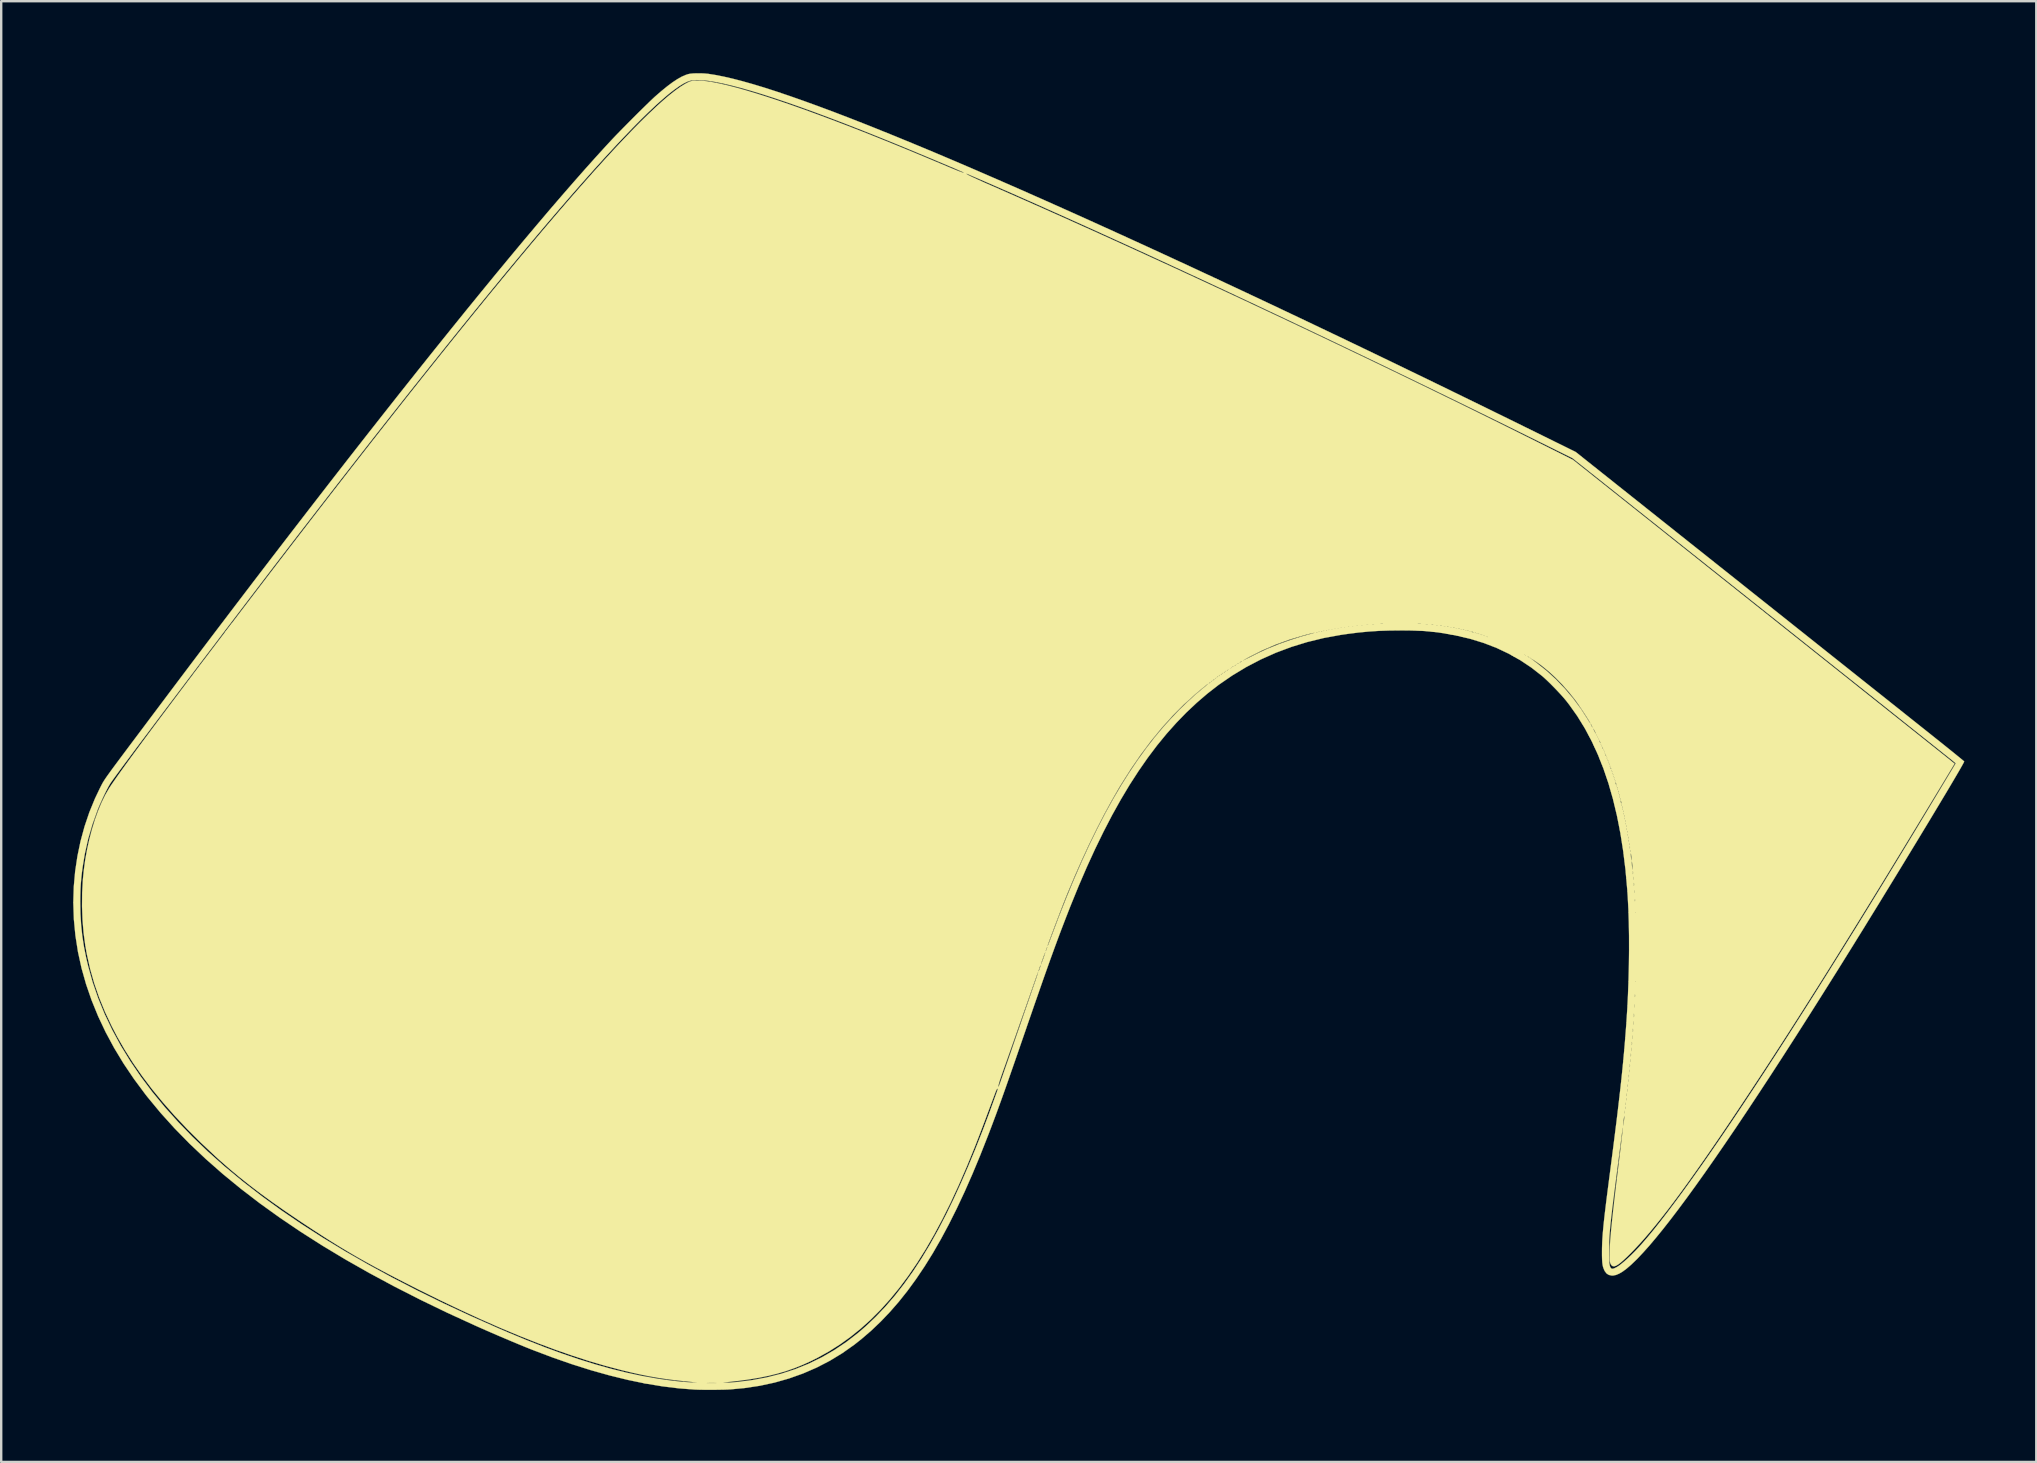
<source format=kicad_pcb>
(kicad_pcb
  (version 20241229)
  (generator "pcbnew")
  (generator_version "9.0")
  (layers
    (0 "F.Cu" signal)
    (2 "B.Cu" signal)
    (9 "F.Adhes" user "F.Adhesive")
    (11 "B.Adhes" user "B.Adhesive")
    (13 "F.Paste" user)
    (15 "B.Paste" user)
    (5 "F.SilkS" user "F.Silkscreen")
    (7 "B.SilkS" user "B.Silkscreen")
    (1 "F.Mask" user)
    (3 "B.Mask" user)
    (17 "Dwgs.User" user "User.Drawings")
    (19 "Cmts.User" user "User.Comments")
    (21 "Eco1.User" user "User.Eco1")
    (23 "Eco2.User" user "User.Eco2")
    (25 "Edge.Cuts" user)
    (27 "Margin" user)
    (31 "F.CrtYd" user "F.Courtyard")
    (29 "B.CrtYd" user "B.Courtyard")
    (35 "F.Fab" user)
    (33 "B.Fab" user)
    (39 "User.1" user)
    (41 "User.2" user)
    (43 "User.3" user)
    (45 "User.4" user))
  (footprint "F.SilkS_g19"
    (layer "F.Cu")
    (at 36.835 29.704)
    (property "Reference" "F.SilkS_g19" (at 0 0 0) (layer "F.SilkS") (effects (font (size 1.524 1.524) (thickness 0.3))))
    (attr through_hole)
    (fp_poly (pts (xy -10.696 -29.699) (xy -10.543 -29.693) (xy -10.402 -29.68) (xy -10.372 -29.677) (xy -10.064 -29.628) (xy -9.724 -29.561) (xy -9.351 -29.475) (xy -8.946 -29.37) (xy -8.507 -29.246) (xy -8.034 -29.103) (xy -7.528 -28.94) (xy -6.987 -28.757) (xy -6.411 -28.555) (xy -5.799 -28.333) (xy -5.152 -28.092) (xy -4.469 -27.83) (xy -3.75 -27.548) (xy -3.355 -27.39) (xy -2.6 -27.085) (xy -1.809 -26.76) (xy -0.983 -26.416) (xy -0.123 -26.052) (xy 0.77 -25.669) (xy 1.696 -25.267) (xy 2.653 -24.848) (xy 3.64 -24.411) (xy 4.657 -23.957) (xy 5.702 -23.486) (xy 6.775 -22.999) (xy 7.875 -22.496) (xy 9 -21.978) (xy 10.15 -21.445) (xy 11.324 -20.897) (xy 12.52 -20.335) (xy 13.739 -19.76) (xy 14.978 -19.171) (xy 16.237 -18.57) (xy 17.516 -17.956) (xy 18.812 -17.33) (xy 20.126 -16.693) (xy 21.456 -16.044) (xy 22.802 -15.385) (xy 24.162 -14.716) (xy 24.41 -14.594) (xy 25.781 -13.917) (xy 30.424 -10.223) (xy 30.828 -9.902) (xy 31.23 -9.583) (xy 31.628 -9.266) (xy 32.021 -8.954) (xy 32.407 -8.647) (xy 32.784 -8.347) (xy 33.15 -8.055) (xy 33.505 -7.773) (xy 33.845 -7.503) (xy 34.17 -7.244) (xy 34.477 -7) (xy 34.765 -6.771) (xy 35.031 -6.559) (xy 35.276 -6.365) (xy 35.495 -6.19) (xy 35.689 -6.036) (xy 35.854 -5.904) (xy 35.99 -5.796) (xy 36.092 -5.715) (xy 36.47 -5.414) (xy 36.82 -5.136) (xy 37.147 -4.876) (xy 37.456 -4.63) (xy 37.751 -4.395) (xy 38.038 -4.167) (xy 38.321 -3.942) (xy 38.606 -3.716) (xy 38.897 -3.484) (xy 39.199 -3.244) (xy 39.518 -2.99) (xy 39.857 -2.72) (xy 40.223 -2.429) (xy 40.309 -2.361) (xy 40.54 -2.177) (xy 40.761 -2) (xy 40.971 -1.833) (xy 41.167 -1.676) (xy 41.347 -1.531) (xy 41.509 -1.401) (xy 41.649 -1.287) (xy 41.767 -1.191) (xy 41.86 -1.115) (xy 41.925 -1.061) (xy 41.961 -1.03) (xy 41.967 -1.023) (xy 41.959 -0.999) (xy 41.929 -0.941) (xy 41.879 -0.85) (xy 41.81 -0.728) (xy 41.723 -0.577) (xy 41.618 -0.398) (xy 41.498 -0.194) (xy 41.363 0.034) (xy 41.214 0.285) (xy 41.051 0.556) (xy 40.877 0.846) (xy 40.692 1.154) (xy 40.498 1.477) (xy 40.294 1.813) (xy 40.083 2.162) (xy 39.865 2.521) (xy 39.641 2.889) (xy 39.413 3.264) (xy 39.181 3.644) (xy 38.946 4.028) (xy 38.71 4.413) (xy 38.474 4.799) (xy 38.238 5.183) (xy 38.003 5.564) (xy 37.772 5.94) (xy 37.543 6.309) (xy 37.32 6.67) (xy 37.102 7.02) (xy 36.891 7.359) (xy 36.688 7.684) (xy 36.682 7.694) (xy 36.087 8.64) (xy 35.511 9.551) (xy 34.954 10.425) (xy 34.415 11.263) (xy 33.895 12.065) (xy 33.393 12.83) (xy 32.91 13.559) (xy 32.446 14.252) (xy 32 14.908) (xy 31.574 15.527) (xy 31.166 16.11) (xy 30.777 16.656) (xy 30.408 17.165) (xy 30.057 17.637) (xy 29.726 18.072) (xy 29.414 18.47) (xy 29.121 18.83) (xy 28.848 19.154) (xy 28.593 19.439) (xy 28.359 19.688) (xy 28.288 19.759) (xy 28.088 19.951) (xy 27.906 20.108) (xy 27.743 20.23) (xy 27.596 20.318) (xy 27.463 20.375) (xy 27.343 20.4) (xy 27.273 20.4) (xy 27.156 20.374) (xy 27.063 20.314) (xy 26.99 20.218) (xy 26.979 20.196) (xy 26.945 20.121) (xy 26.918 20.043) (xy 26.899 19.956) (xy 26.886 19.853) (xy 26.878 19.727) (xy 26.874 19.572) (xy 26.874 19.399) (xy 26.875 19.266) (xy 26.879 19.13) (xy 26.884 18.989) (xy 26.893 18.84) (xy 26.904 18.68) (xy 26.919 18.506) (xy 26.937 18.315) (xy 26.959 18.104) (xy 26.985 17.869) (xy 27.016 17.608) (xy 27.051 17.318) (xy 27.092 16.995) (xy 27.138 16.638) (xy 27.189 16.242) (xy 27.2 16.161) (xy 27.274 15.588) (xy 27.343 15.054) (xy 27.406 14.555) (xy 27.458 14.139) (xy 27.754 14.139) (xy 27.757 14.153) (xy 27.764 14.129) (xy 27.774 14.074) (xy 27.782 14.023) (xy 27.794 13.928) (xy 27.804 13.84) (xy 27.808 13.774) (xy 27.809 13.758) (xy 27.806 13.745) (xy 27.798 13.769) (xy 27.788 13.824) (xy 27.78 13.875) (xy 27.768 13.97) (xy 27.759 14.058) (xy 27.754 14.124) (xy 27.754 14.139) (xy 27.458 14.139) (xy 27.465 14.089) (xy 27.518 13.652) (xy 27.526 13.589) (xy 27.819 13.589) (xy 27.82 13.635) (xy 27.825 13.647) (xy 27.828 13.637) (xy 27.831 13.575) (xy 27.828 13.541) (xy 27.823 13.531) (xy 27.819 13.558) (xy 27.819 13.589) (xy 27.526 13.589) (xy 27.547 13.409) (xy 27.84 13.409) (xy 27.841 13.453) (xy 27.846 13.464) (xy 27.849 13.457) (xy 27.853 13.406) (xy 27.849 13.372) (xy 27.844 13.361) (xy 27.84 13.386) (xy 27.84 13.409) (xy 27.547 13.409) (xy 27.567 13.241) (xy 27.567 13.24) (xy 27.861 13.24) (xy 27.862 13.283) (xy 27.867 13.295) (xy 27.87 13.288) (xy 27.874 13.237) (xy 27.87 13.203) (xy 27.865 13.191) (xy 27.861 13.217) (xy 27.861 13.24) (xy 27.567 13.24) (xy 27.589 13.049) (xy 27.882 13.049) (xy 27.884 13.093) (xy 27.888 13.104) (xy 27.891 13.097) (xy 27.895 13.046) (xy 27.891 13.012) (xy 27.886 13.001) (xy 27.882 13.026) (xy 27.882 13.049) (xy 27.589 13.049) (xy 27.61 12.869) (xy 27.903 12.869) (xy 27.905 12.915) (xy 27.909 12.928) (xy 27.913 12.917) (xy 27.916 12.855) (xy 27.913 12.822) (xy 27.907 12.812) (xy 27.904 12.838) (xy 27.903 12.869) (xy 27.61 12.869) (xy 27.612 12.853) (xy 27.632 12.679) (xy 27.925 12.679) (xy 27.926 12.725) (xy 27.93 12.737) (xy 27.934 12.726) (xy 27.937 12.665) (xy 27.934 12.631) (xy 27.929 12.621) (xy 27.925 12.648) (xy 27.925 12.679) (xy 27.632 12.679) (xy 27.653 12.488) (xy 27.946 12.488) (xy 27.947 12.534) (xy 27.952 12.547) (xy 27.955 12.536) (xy 27.958 12.474) (xy 27.955 12.441) (xy 27.95 12.431) (xy 27.946 12.457) (xy 27.946 12.488) (xy 27.653 12.488) (xy 27.653 12.485) (xy 27.676 12.277) (xy 27.967 12.277) (xy 27.969 12.322) (xy 27.973 12.335) (xy 27.976 12.324) (xy 27.98 12.263) (xy 27.976 12.229) (xy 27.971 12.219) (xy 27.968 12.246) (xy 27.967 12.277) (xy 27.676 12.277) (xy 27.691 12.134) (xy 27.696 12.086) (xy 27.988 12.086) (xy 27.99 12.132) (xy 27.994 12.145) (xy 27.997 12.134) (xy 28.001 12.072) (xy 27.997 12.039) (xy 27.992 12.029) (xy 27.989 12.055) (xy 27.988 12.086) (xy 27.696 12.086) (xy 27.718 11.874) (xy 28.009 11.874) (xy 28.011 11.92) (xy 28.015 11.933) (xy 28.018 11.922) (xy 28.022 11.86) (xy 28.018 11.827) (xy 28.013 11.817) (xy 28.01 11.843) (xy 28.009 11.874) (xy 27.718 11.874) (xy 27.726 11.796) (xy 27.74 11.652) (xy 28.031 11.652) (xy 28.032 11.702) (xy 28.036 11.721) (xy 28.04 11.711) (xy 28.043 11.653) (xy 28.04 11.605) (xy 28.035 11.59) (xy 28.032 11.613) (xy 28.031 11.652) (xy 27.74 11.652) (xy 27.758 11.468) (xy 27.76 11.441) (xy 28.052 11.441) (xy 28.053 11.491) (xy 28.057 11.509) (xy 28.061 11.499) (xy 28.065 11.441) (xy 28.061 11.393) (xy 28.056 11.379) (xy 28.053 11.401) (xy 28.052 11.441) (xy 27.76 11.441) (xy 27.782 11.208) (xy 28.073 11.208) (xy 28.074 11.258) (xy 28.078 11.276) (xy 28.082 11.266) (xy 28.086 11.208) (xy 28.082 11.16) (xy 28.077 11.146) (xy 28.074 11.169) (xy 28.073 11.208) (xy 27.782 11.208) (xy 27.788 11.148) (xy 27.803 10.975) (xy 28.095 10.975) (xy 28.096 11.031) (xy 28.099 11.056) (xy 28.103 11.044) (xy 28.107 10.98) (xy 28.104 10.917) (xy 28.099 10.9) (xy 28.096 10.92) (xy 28.095 10.974) (xy 28.095 10.975) (xy 27.803 10.975) (xy 27.815 10.831) (xy 27.824 10.732) (xy 28.116 10.732) (xy 28.117 10.784) (xy 28.12 10.803) (xy 28.124 10.79) (xy 28.128 10.721) (xy 28.124 10.673) (xy 28.12 10.66) (xy 28.117 10.684) (xy 28.116 10.732) (xy 27.824 10.732) (xy 27.841 10.515) (xy 27.845 10.467) (xy 28.137 10.467) (xy 28.138 10.523) (xy 28.141 10.548) (xy 28.146 10.536) (xy 28.149 10.472) (xy 28.146 10.409) (xy 28.142 10.392) (xy 28.138 10.412) (xy 28.137 10.466) (xy 28.137 10.467) (xy 27.845 10.467) (xy 27.866 10.197) (xy 27.867 10.181) (xy 28.158 10.181) (xy 28.159 10.233) (xy 28.163 10.253) (xy 28.167 10.239) (xy 28.17 10.171) (xy 28.167 10.123) (xy 28.162 10.11) (xy 28.159 10.134) (xy 28.158 10.181) (xy 27.867 10.181) (xy 27.887 9.917) (xy 27.89 9.874) (xy 28.179 9.874) (xy 28.18 9.93) (xy 28.184 9.955) (xy 28.188 9.943) (xy 28.192 9.879) (xy 28.188 9.816) (xy 28.184 9.799) (xy 28.181 9.819) (xy 28.179 9.873) (xy 28.179 9.874) (xy 27.89 9.874) (xy 27.91 9.557) (xy 28.201 9.557) (xy 28.202 9.613) (xy 28.205 9.638) (xy 28.209 9.626) (xy 28.213 9.562) (xy 28.209 9.499) (xy 28.205 9.481) (xy 28.202 9.502) (xy 28.201 9.556) (xy 28.201 9.557) (xy 27.91 9.557) (xy 27.926 9.311) (xy 27.934 9.165) (xy 28.222 9.165) (xy 28.223 9.217) (xy 28.226 9.237) (xy 28.23 9.223) (xy 28.234 9.155) (xy 28.23 9.107) (xy 28.226 9.094) (xy 28.223 9.118) (xy 28.222 9.165) (xy 27.934 9.165) (xy 27.955 8.742) (xy 28.242 8.742) (xy 28.244 8.788) (xy 28.248 8.8) (xy 28.251 8.789) (xy 28.255 8.728) (xy 28.251 8.694) (xy 28.246 8.684) (xy 28.243 8.711) (xy 28.242 8.742) (xy 27.955 8.742) (xy 27.957 8.695) (xy 27.977 8.16) (xy 28.258 8.16) (xy 28.268 8.17) (xy 28.279 8.16) (xy 28.268 8.149) (xy 28.258 8.16) (xy 27.977 8.16) (xy 27.98 8.076) (xy 27.995 7.458) (xy 28.002 6.847) (xy 28.001 6.251) (xy 27.991 5.675) (xy 27.978 5.281) (xy 28.258 5.281) (xy 28.268 5.292) (xy 28.279 5.281) (xy 28.268 5.271) (xy 28.258 5.281) (xy 27.978 5.281) (xy 27.973 5.125) (xy 27.954 4.763) (xy 28.241 4.763) (xy 28.243 4.801) (xy 28.249 4.806) (xy 28.251 4.8) (xy 28.254 4.746) (xy 28.251 4.725) (xy 28.245 4.719) (xy 28.241 4.748) (xy 28.241 4.763) (xy 27.954 4.763) (xy 27.946 4.607) (xy 27.932 4.403) (xy 28.221 4.403) (xy 28.223 4.448) (xy 28.227 4.461) (xy 28.23 4.45) (xy 28.234 4.389) (xy 28.23 4.355) (xy 28.225 4.345) (xy 28.222 4.372) (xy 28.221 4.403) (xy 27.932 4.403) (xy 27.928 4.339) (xy 27.907 4.096) (xy 28.2 4.096) (xy 28.201 4.146) (xy 28.205 4.164) (xy 28.209 4.154) (xy 28.213 4.096) (xy 28.209 4.048) (xy 28.204 4.034) (xy 28.201 4.057) (xy 28.2 4.096) (xy 27.907 4.096) (xy 27.884 3.842) (xy 28.179 3.842) (xy 28.18 3.892) (xy 28.184 3.91) (xy 28.188 3.9) (xy 28.192 3.842) (xy 28.188 3.794) (xy 28.183 3.78) (xy 28.18 3.803) (xy 28.179 3.842) (xy 27.884 3.842) (xy 27.863 3.609) (xy 28.158 3.609) (xy 28.159 3.659) (xy 28.163 3.677) (xy 28.167 3.667) (xy 28.17 3.609) (xy 28.167 3.562) (xy 28.162 3.547) (xy 28.159 3.57) (xy 28.158 3.609) (xy 27.863 3.609) (xy 27.855 3.51) (xy 27.812 3.164) (xy 28.113 3.164) (xy 28.114 3.22) (xy 28.119 3.297) (xy 28.121 3.322) (xy 28.129 3.4) (xy 28.137 3.456) (xy 28.144 3.483) (xy 28.146 3.484) (xy 28.149 3.46) (xy 28.148 3.404) (xy 28.143 3.327) (xy 28.141 3.302) (xy 28.133 3.224) (xy 28.125 3.168) (xy 28.118 3.141) (xy 28.116 3.14) (xy 28.113 3.164) (xy 27.812 3.164) (xy 27.771 2.826) (xy 28.071 2.826) (xy 28.073 2.881) (xy 28.078 2.955) (xy 28.079 2.962) (xy 28.087 3.034) (xy 28.096 3.084) (xy 28.103 3.103) (xy 28.104 3.103) (xy 28.107 3.078) (xy 28.105 3.023) (xy 28.099 2.949) (xy 28.099 2.942) (xy 28.09 2.87) (xy 28.082 2.82) (xy 28.075 2.801) (xy 28.074 2.801) (xy 28.071 2.826) (xy 27.771 2.826) (xy 27.758 2.717) (xy 27.757 2.709) (xy 28.051 2.709) (xy 28.053 2.748) (xy 28.058 2.752) (xy 28.06 2.746) (xy 28.064 2.693) (xy 28.06 2.672) (xy 28.054 2.666) (xy 28.051 2.695) (xy 28.051 2.709) (xy 27.757 2.709) (xy 27.734 2.561) (xy 28.03 2.561) (xy 28.032 2.6) (xy 28.037 2.604) (xy 28.039 2.598) (xy 28.043 2.545) (xy 28.039 2.524) (xy 28.033 2.518) (xy 28.03 2.547) (xy 28.03 2.561) (xy 27.734 2.561) (xy 27.712 2.424) (xy 28.008 2.424) (xy 28.01 2.46) (xy 28.017 2.463) (xy 28.017 2.461) (xy 28.022 2.419) (xy 28.018 2.398) (xy 28.011 2.389) (xy 28.008 2.417) (xy 28.008 2.424) (xy 27.712 2.424) (xy 27.689 2.275) (xy 27.986 2.275) (xy 27.989 2.312) (xy 27.995 2.315) (xy 27.996 2.313) (xy 28 2.271) (xy 27.997 2.249) (xy 27.99 2.241) (xy 27.987 2.269) (xy 27.986 2.275) (xy 27.689 2.275) (xy 27.669 2.148) (xy 27.965 2.148) (xy 27.968 2.185) (xy 27.974 2.188) (xy 27.975 2.186) (xy 27.979 2.144) (xy 27.976 2.122) (xy 27.969 2.114) (xy 27.965 2.142) (xy 27.965 2.148) (xy 27.669 2.148) (xy 27.65 2.032) (xy 27.943 2.032) (xy 27.947 2.062) (xy 27.954 2.058) (xy 27.957 2.015) (xy 27.954 2.006) (xy 27.946 2.003) (xy 27.943 2.032) (xy 27.65 2.032) (xy 27.639 1.959) (xy 27.628 1.905) (xy 27.922 1.905) (xy 27.926 1.935) (xy 27.933 1.931) (xy 27.936 1.888) (xy 27.933 1.879) (xy 27.925 1.876) (xy 27.922 1.905) (xy 27.628 1.905) (xy 27.607 1.799) (xy 27.901 1.799) (xy 27.904 1.829) (xy 27.912 1.826) (xy 27.914 1.782) (xy 27.912 1.773) (xy 27.904 1.77) (xy 27.901 1.799) (xy 27.607 1.799) (xy 27.583 1.672) (xy 27.88 1.672) (xy 27.883 1.702) (xy 27.891 1.699) (xy 27.893 1.655) (xy 27.891 1.646) (xy 27.883 1.643) (xy 27.88 1.672) (xy 27.583 1.672) (xy 27.562 1.566) (xy 27.859 1.566) (xy 27.862 1.596) (xy 27.869 1.593) (xy 27.872 1.549) (xy 27.869 1.54) (xy 27.862 1.537) (xy 27.859 1.566) (xy 27.562 1.566) (xy 27.541 1.46) (xy 27.838 1.46) (xy 27.841 1.491) (xy 27.848 1.487) (xy 27.851 1.444) (xy 27.848 1.434) (xy 27.84 1.431) (xy 27.838 1.46) (xy 27.541 1.46) (xy 27.52 1.355) (xy 27.816 1.355) (xy 27.82 1.385) (xy 27.827 1.381) (xy 27.83 1.338) (xy 27.827 1.328) (xy 27.819 1.326) (xy 27.816 1.355) (xy 27.52 1.355) (xy 27.499 1.249) (xy 27.795 1.249) (xy 27.799 1.279) (xy 27.806 1.275) (xy 27.809 1.232) (xy 27.806 1.222) (xy 27.798 1.22) (xy 27.795 1.249) (xy 27.499 1.249) (xy 27.496 1.234) (xy 27.477 1.152) (xy 27.772 1.152) (xy 27.776 1.179) (xy 27.783 1.18) (xy 27.789 1.151) (xy 27.785 1.139) (xy 27.776 1.131) (xy 27.772 1.152) (xy 27.477 1.152) (xy 27.454 1.058) (xy 27.753 1.058) (xy 27.756 1.088) (xy 27.764 1.085) (xy 27.766 1.041) (xy 27.764 1.032) (xy 27.756 1.029) (xy 27.753 1.058) (xy 27.454 1.058) (xy 27.431 0.961) (xy 27.73 0.961) (xy 27.734 0.989) (xy 27.741 0.989) (xy 27.746 0.961) (xy 27.743 0.949) (xy 27.733 0.941) (xy 27.73 0.961) (xy 27.431 0.961) (xy 27.411 0.877) (xy 27.709 0.877) (xy 27.713 0.904) (xy 27.72 0.904) (xy 27.725 0.876) (xy 27.722 0.864) (xy 27.712 0.856) (xy 27.709 0.877) (xy 27.411 0.877) (xy 27.39 0.792) (xy 27.688 0.792) (xy 27.692 0.819) (xy 27.699 0.82) (xy 27.704 0.791) (xy 27.7 0.779) (xy 27.691 0.771) (xy 27.688 0.792) (xy 27.39 0.792) (xy 27.35 0.623) (xy 27.65 0.623) (xy 27.656 0.671) (xy 27.657 0.675) (xy 27.669 0.718) (xy 27.679 0.733) (xy 27.68 0.732) (xy 27.683 0.707) (xy 27.676 0.659) (xy 27.675 0.656) (xy 27.663 0.613) (xy 27.653 0.598) (xy 27.652 0.598) (xy 27.65 0.623) (xy 27.35 0.623) (xy 27.331 0.544) (xy 27.329 0.538) (xy 27.624 0.538) (xy 27.628 0.565) (xy 27.635 0.566) (xy 27.64 0.537) (xy 27.637 0.525) (xy 27.628 0.517) (xy 27.624 0.538) (xy 27.329 0.538) (xy 27.305 0.453) (xy 27.603 0.453) (xy 27.607 0.481) (xy 27.614 0.481) (xy 27.619 0.453) (xy 27.616 0.441) (xy 27.606 0.433) (xy 27.603 0.453) (xy 27.305 0.453) (xy 27.281 0.369) (xy 27.582 0.369) (xy 27.586 0.396) (xy 27.593 0.396) (xy 27.598 0.368) (xy 27.595 0.356) (xy 27.585 0.348) (xy 27.582 0.369) (xy 27.281 0.369) (xy 27.26 0.296) (xy 27.559 0.296) (xy 27.567 0.314) (xy 27.573 0.31) (xy 27.576 0.285) (xy 27.573 0.282) (xy 27.561 0.285) (xy 27.559 0.296) (xy 27.26 0.296) (xy 27.238 0.22) (xy 27.54 0.22) (xy 27.543 0.248) (xy 27.551 0.248) (xy 27.556 0.22) (xy 27.552 0.208) (xy 27.543 0.2) (xy 27.54 0.22) (xy 27.238 0.22) (xy 27.217 0.148) (xy 27.517 0.148) (xy 27.524 0.166) (xy 27.531 0.162) (xy 27.533 0.137) (xy 27.531 0.134) (xy 27.518 0.137) (xy 27.517 0.148) (xy 27.217 0.148) (xy 27.195 0.072) (xy 27.497 0.072) (xy 27.501 0.1) (xy 27.508 0.1) (xy 27.513 0.072) (xy 27.51 0.06) (xy 27.501 0.052) (xy 27.497 0.072) (xy 27.195 0.072) (xy 27.175 0) (xy 27.474 0) (xy 27.482 0.017) (xy 27.488 0.014) (xy 27.491 -0.011) (xy 27.488 -0.014) (xy 27.476 -0.011) (xy 27.474 0) (xy 27.175 0) (xy 27.142 -0.114) (xy 27.134 -0.137) (xy 27.437 -0.137) (xy 27.444 -0.097) (xy 27.457 -0.059) (xy 27.467 -0.049) (xy 27.469 -0.074) (xy 27.462 -0.115) (xy 27.449 -0.153) (xy 27.439 -0.162) (xy 27.437 -0.137) (xy 27.134 -0.137) (xy 27.109 -0.212) (xy 27.411 -0.212) (xy 27.419 -0.194) (xy 27.425 -0.198) (xy 27.427 -0.223) (xy 27.425 -0.226) (xy 27.412 -0.223) (xy 27.411 -0.212) (xy 27.109 -0.212) (xy 27.087 -0.275) (xy 27.39 -0.275) (xy 27.397 -0.258) (xy 27.404 -0.261) (xy 27.406 -0.286) (xy 27.404 -0.289) (xy 27.391 -0.286) (xy 27.39 -0.275) (xy 27.087 -0.275) (xy 27.065 -0.339) (xy 27.369 -0.339) (xy 27.376 -0.321) (xy 27.383 -0.325) (xy 27.385 -0.35) (xy 27.383 -0.353) (xy 27.37 -0.35) (xy 27.369 -0.339) (xy 27.065 -0.339) (xy 27.044 -0.402) (xy 27.347 -0.402) (xy 27.355 -0.385) (xy 27.361 -0.388) (xy 27.364 -0.413) (xy 27.361 -0.416) (xy 27.349 -0.413) (xy 27.347 -0.402) (xy 27.044 -0.402) (xy 27.022 -0.466) (xy 27.326 -0.466) (xy 27.334 -0.448) (xy 27.34 -0.452) (xy 27.343 -0.477) (xy 27.34 -0.48) (xy 27.328 -0.477) (xy 27.326 -0.466) (xy 27.022 -0.466) (xy 27.001 -0.529) (xy 27.305 -0.529) (xy 27.313 -0.512) (xy 27.319 -0.515) (xy 27.322 -0.54) (xy 27.319 -0.543) (xy 27.307 -0.54) (xy 27.305 -0.529) (xy 27.001 -0.529) (xy 26.979 -0.593) (xy 27.284 -0.593) (xy 27.292 -0.575) (xy 27.298 -0.579) (xy 27.3 -0.604) (xy 27.298 -0.607) (xy 27.285 -0.604) (xy 27.284 -0.593) (xy 26.979 -0.593) (xy 26.957 -0.656) (xy 27.263 -0.656) (xy 27.27 -0.639) (xy 27.277 -0.642) (xy 27.279 -0.667) (xy 27.277 -0.67) (xy 27.264 -0.667) (xy 27.263 -0.656) (xy 26.957 -0.656) (xy 26.93 -0.738) (xy 26.917 -0.769) (xy 27.222 -0.769) (xy 27.234 -0.731) (xy 27.249 -0.707) (xy 27.257 -0.707) (xy 27.255 -0.73) (xy 27.244 -0.755) (xy 27.225 -0.78) (xy 27.222 -0.769) (xy 26.917 -0.769) (xy 26.895 -0.826) (xy 27.199 -0.826) (xy 27.207 -0.808) (xy 27.213 -0.811) (xy 27.216 -0.837) (xy 27.213 -0.84) (xy 27.201 -0.837) (xy 27.199 -0.826) (xy 26.895 -0.826) (xy 26.869 -0.889) (xy 27.178 -0.889) (xy 27.186 -0.872) (xy 27.192 -0.875) (xy 27.195 -0.9) (xy 27.192 -0.903) (xy 27.18 -0.9) (xy 27.178 -0.889) (xy 26.869 -0.889) (xy 26.848 -0.942) (xy 27.157 -0.942) (xy 27.167 -0.931) (xy 27.178 -0.942) (xy 27.167 -0.953) (xy 27.157 -0.942) (xy 26.848 -0.942) (xy 26.827 -0.995) (xy 27.136 -0.995) (xy 27.143 -0.977) (xy 27.15 -0.981) (xy 27.152 -1.006) (xy 27.15 -1.009) (xy 27.137 -1.006) (xy 27.136 -0.995) (xy 26.827 -0.995) (xy 26.802 -1.058) (xy 27.114 -1.058) (xy 27.122 -1.041) (xy 27.129 -1.044) (xy 27.131 -1.069) (xy 27.129 -1.072) (xy 27.116 -1.07) (xy 27.114 -1.058) (xy 26.802 -1.058) (xy 26.781 -1.111) (xy 27.093 -1.111) (xy 27.104 -1.101) (xy 27.114 -1.111) (xy 27.104 -1.122) (xy 27.093 -1.111) (xy 26.781 -1.111) (xy 26.76 -1.164) (xy 27.072 -1.164) (xy 27.08 -1.147) (xy 27.086 -1.15) (xy 27.089 -1.175) (xy 27.086 -1.178) (xy 27.074 -1.175) (xy 27.072 -1.164) (xy 26.76 -1.164) (xy 26.739 -1.217) (xy 27.051 -1.217) (xy 27.062 -1.206) (xy 27.072 -1.217) (xy 27.062 -1.228) (xy 27.051 -1.217) (xy 26.739 -1.217) (xy 26.698 -1.319) (xy 27.01 -1.319) (xy 27.022 -1.281) (xy 27.038 -1.257) (xy 27.045 -1.257) (xy 27.044 -1.281) (xy 27.032 -1.305) (xy 27.014 -1.33) (xy 27.01 -1.319) (xy 26.698 -1.319) (xy 26.693 -1.33) (xy 26.677 -1.365) (xy 26.988 -1.365) (xy 26.998 -1.355) (xy 27.009 -1.365) (xy 26.998 -1.376) (xy 26.988 -1.365) (xy 26.677 -1.365) (xy 26.653 -1.418) (xy 26.966 -1.418) (xy 26.974 -1.401) (xy 26.98 -1.404) (xy 26.983 -1.429) (xy 26.98 -1.432) (xy 26.968 -1.429) (xy 26.966 -1.418) (xy 26.653 -1.418) (xy 26.628 -1.471) (xy 26.945 -1.471) (xy 26.956 -1.46) (xy 26.966 -1.471) (xy 26.956 -1.482) (xy 26.945 -1.471) (xy 26.628 -1.471) (xy 26.609 -1.513) (xy 26.924 -1.513) (xy 26.935 -1.503) (xy 26.945 -1.513) (xy 26.935 -1.524) (xy 26.924 -1.513) (xy 26.609 -1.513) (xy 26.561 -1.616) (xy 26.883 -1.616) (xy 26.895 -1.578) (xy 26.911 -1.553) (xy 26.918 -1.553) (xy 26.917 -1.577) (xy 26.905 -1.602) (xy 26.887 -1.627) (xy 26.883 -1.616) (xy 26.561 -1.616) (xy 26.54 -1.662) (xy 26.86 -1.662) (xy 26.871 -1.651) (xy 26.882 -1.662) (xy 26.871 -1.672) (xy 26.86 -1.662) (xy 26.54 -1.662) (xy 26.52 -1.704) (xy 26.839 -1.704) (xy 26.85 -1.693) (xy 26.86 -1.704) (xy 26.85 -1.714) (xy 26.839 -1.704) (xy 26.52 -1.704) (xy 26.501 -1.746) (xy 26.818 -1.746) (xy 26.829 -1.736) (xy 26.839 -1.746) (xy 26.829 -1.757) (xy 26.818 -1.746) (xy 26.501 -1.746) (xy 26.433 -1.891) (xy 26.428 -1.901) (xy 26.756 -1.901) (xy 26.762 -1.871) (xy 26.78 -1.831) (xy 26.799 -1.798) (xy 26.812 -1.786) (xy 26.813 -1.787) (xy 26.81 -1.809) (xy 26.791 -1.852) (xy 26.789 -1.856) (xy 26.767 -1.892) (xy 26.756 -1.902) (xy 26.756 -1.901) (xy 26.428 -1.901) (xy 26.409 -1.937) (xy 26.733 -1.937) (xy 26.744 -1.926) (xy 26.755 -1.937) (xy 26.744 -1.947) (xy 26.733 -1.937) (xy 26.409 -1.937) (xy 26.386 -1.979) (xy 26.712 -1.979) (xy 26.723 -1.968) (xy 26.733 -1.979) (xy 26.723 -1.99) (xy 26.712 -1.979) (xy 26.386 -1.979) (xy 26.363 -2.021) (xy 26.691 -2.021) (xy 26.702 -2.011) (xy 26.712 -2.021) (xy 26.702 -2.032) (xy 26.691 -2.021) (xy 26.363 -2.021) (xy 26.341 -2.064) (xy 26.67 -2.064) (xy 26.681 -2.053) (xy 26.691 -2.064) (xy 26.681 -2.074) (xy 26.67 -2.064) (xy 26.341 -2.064) (xy 26.318 -2.106) (xy 26.649 -2.106) (xy 26.659 -2.095) (xy 26.67 -2.106) (xy 26.659 -2.117) (xy 26.649 -2.106) (xy 26.318 -2.106) (xy 26.295 -2.148) (xy 26.628 -2.148) (xy 26.638 -2.138) (xy 26.649 -2.148) (xy 26.638 -2.159) (xy 26.628 -2.148) (xy 26.295 -2.148) (xy 26.165 -2.392) (xy 26.511 -2.392) (xy 26.513 -2.375) (xy 26.532 -2.331) (xy 26.554 -2.286) (xy 26.585 -2.228) (xy 26.608 -2.19) (xy 26.618 -2.18) (xy 26.615 -2.197) (xy 26.597 -2.241) (xy 26.575 -2.286) (xy 26.544 -2.344) (xy 26.52 -2.382) (xy 26.511 -2.392) (xy 26.165 -2.392) (xy 26.149 -2.421) (xy 26.147 -2.424) (xy 26.48 -2.424) (xy 26.49 -2.413) (xy 26.501 -2.424) (xy 26.49 -2.434) (xy 26.48 -2.424) (xy 26.147 -2.424) (xy 26.049 -2.582) (xy 26.404 -2.582) (xy 26.406 -2.566) (xy 26.423 -2.526) (xy 26.427 -2.519) (xy 26.452 -2.476) (xy 26.469 -2.456) (xy 26.47 -2.455) (xy 26.469 -2.472) (xy 26.451 -2.512) (xy 26.448 -2.519) (xy 26.423 -2.562) (xy 26.405 -2.582) (xy 26.404 -2.582) (xy 26.049 -2.582) (xy 25.841 -2.919) (xy 25.508 -3.388) (xy 25.384 -3.548) (xy 25.283 -3.669) (xy 25.159 -3.808) (xy 25.019 -3.959) (xy 24.87 -4.114) (xy 24.721 -4.265) (xy 24.578 -4.403) (xy 24.45 -4.522) (xy 24.373 -4.589) (xy 23.935 -4.931) (xy 23.475 -5.238) (xy 23.341 -5.314) (xy 23.913 -5.314) (xy 23.934 -5.294) (xy 23.99 -5.25) (xy 24.08 -5.182) (xy 24.154 -5.128) (xy 24.559 -4.807) (xy 24.95 -4.451) (xy 25.322 -4.064) (xy 25.67 -3.652) (xy 25.99 -3.221) (xy 26.262 -2.799) (xy 26.312 -2.717) (xy 26.352 -2.655) (xy 26.38 -2.615) (xy 26.393 -2.602) (xy 26.389 -2.616) (xy 26.365 -2.661) (xy 26.341 -2.704) (xy 26.292 -2.785) (xy 26.225 -2.892) (xy 26.144 -3.017) (xy 26.057 -3.149) (xy 25.967 -3.282) (xy 25.883 -3.406) (xy 25.808 -3.512) (xy 25.753 -3.588) (xy 25.491 -3.916) (xy 25.215 -4.228) (xy 24.93 -4.519) (xy 24.641 -4.784) (xy 24.354 -5.017) (xy 24.172 -5.148) (xy 24.056 -5.226) (xy 23.974 -5.28) (xy 23.926 -5.309) (xy 23.913 -5.314) (xy 23.341 -5.314) (xy 23.279 -5.349) (xy 23.858 -5.349) (xy 23.863 -5.337) (xy 23.885 -5.315) (xy 23.897 -5.319) (xy 23.897 -5.322) (xy 23.882 -5.34) (xy 23.873 -5.347) (xy 23.858 -5.349) (xy 23.279 -5.349) (xy 23.204 -5.391) (xy 23.795 -5.391) (xy 23.8 -5.38) (xy 23.821 -5.357) (xy 23.833 -5.362) (xy 23.834 -5.365) (xy 23.819 -5.382) (xy 23.809 -5.389) (xy 23.795 -5.391) (xy 23.204 -5.391) (xy 23.175 -5.408) (xy 23.749 -5.408) (xy 23.76 -5.397) (xy 23.77 -5.408) (xy 23.76 -5.419) (xy 23.749 -5.408) (xy 23.175 -5.408) (xy 23.1 -5.45) (xy 23.686 -5.45) (xy 23.696 -5.44) (xy 23.707 -5.45) (xy 23.696 -5.461) (xy 23.686 -5.45) (xy 23.1 -5.45) (xy 23.062 -5.472) (xy 23.643 -5.472) (xy 23.654 -5.461) (xy 23.664 -5.472) (xy 23.654 -5.482) (xy 23.643 -5.472) (xy 23.062 -5.472) (xy 22.992 -5.511) (xy 22.485 -5.751) (xy 21.953 -5.957) (xy 21.396 -6.129) (xy 21.05 -6.212) (xy 22.098 -6.212) (xy 22.109 -6.202) (xy 22.119 -6.212) (xy 22.109 -6.223) (xy 22.098 -6.212) (xy 21.05 -6.212) (xy 20.962 -6.234) (xy 22.035 -6.234) (xy 22.045 -6.223) (xy 22.056 -6.234) (xy 22.045 -6.244) (xy 22.035 -6.234) (xy 20.962 -6.234) (xy 20.873 -6.255) (xy 21.971 -6.255) (xy 21.982 -6.244) (xy 21.992 -6.255) (xy 21.982 -6.265) (xy 21.971 -6.255) (xy 20.873 -6.255) (xy 20.813 -6.269) (xy 20.756 -6.279) (xy 21.915 -6.279) (xy 21.917 -6.267) (xy 21.929 -6.265) (xy 21.946 -6.273) (xy 21.943 -6.279) (xy 21.918 -6.282) (xy 21.915 -6.279) (xy 20.756 -6.279) (xy 20.637 -6.301) (xy 21.851 -6.301) (xy 21.854 -6.288) (xy 21.865 -6.287) (xy 21.883 -6.294) (xy 21.879 -6.301) (xy 21.854 -6.303) (xy 21.851 -6.301) (xy 20.637 -6.301) (xy 20.518 -6.322) (xy 21.788 -6.322) (xy 21.79 -6.309) (xy 21.802 -6.308) (xy 21.819 -6.315) (xy 21.816 -6.322) (xy 21.791 -6.324) (xy 21.788 -6.322) (xy 20.518 -6.322) (xy 20.4 -6.343) (xy 21.724 -6.343) (xy 21.727 -6.33) (xy 21.738 -6.329) (xy 21.756 -6.337) (xy 21.752 -6.343) (xy 21.727 -6.345) (xy 21.724 -6.343) (xy 20.4 -6.343) (xy 20.332 -6.355) (xy 21.642 -6.355) (xy 21.662 -6.352) (xy 21.69 -6.356) (xy 21.69 -6.363) (xy 21.662 -6.368) (xy 21.65 -6.364) (xy 21.642 -6.355) (xy 20.332 -6.355) (xy 20.256 -6.368) (xy 20.139 -6.385) (xy 21.576 -6.385) (xy 21.579 -6.373) (xy 21.59 -6.371) (xy 21.607 -6.379) (xy 21.604 -6.385) (xy 21.579 -6.388) (xy 21.576 -6.385) (xy 20.139 -6.385) (xy 20.023 -6.402) (xy 19.822 -6.426) (xy 21.43 -6.426) (xy 21.452 -6.413) (xy 21.502 -6.398) (xy 21.526 -6.395) (xy 21.538 -6.401) (xy 21.516 -6.413) (xy 21.467 -6.429) (xy 21.442 -6.432) (xy 21.43 -6.426) (xy 19.822 -6.426) (xy 19.803 -6.429) (xy 19.688 -6.44) (xy 21.345 -6.44) (xy 21.366 -6.436) (xy 21.393 -6.44) (xy 21.394 -6.447) (xy 21.365 -6.453) (xy 21.353 -6.449) (xy 21.345 -6.44) (xy 19.688 -6.44) (xy 19.589 -6.449) (xy 19.427 -6.461) (xy 21.261 -6.461) (xy 21.281 -6.458) (xy 21.309 -6.461) (xy 21.309 -6.469) (xy 21.281 -6.474) (xy 21.269 -6.47) (xy 21.261 -6.461) (xy 19.427 -6.461) (xy 19.371 -6.465) (xy 19.14 -6.476) (xy 18.888 -6.482) (xy 18.884 -6.482) (xy 21.176 -6.482) (xy 21.197 -6.479) (xy 21.224 -6.483) (xy 21.224 -6.49) (xy 21.196 -6.495) (xy 21.184 -6.491) (xy 21.176 -6.482) (xy 18.884 -6.482) (xy 18.606 -6.485) (xy 18.489 -6.485) (xy 18.021 -6.48) (xy 17.581 -6.464) (xy 17.154 -6.436) (xy 16.727 -6.395) (xy 16.285 -6.339) (xy 15.981 -6.295) (xy 15.28 -6.167) (xy 14.596 -6) (xy 13.932 -5.796) (xy 13.285 -5.554) (xy 12.658 -5.274) (xy 12.051 -4.957) (xy 11.464 -4.603) (xy 10.897 -4.213) (xy 10.427 -3.848) (xy 9.986 -3.469) (xy 9.556 -3.065) (xy 9.138 -2.634) (xy 8.729 -2.176) (xy 8.331 -1.69) (xy 7.942 -1.173) (xy 7.561 -0.625) (xy 7.187 -0.046) (xy 6.82 0.568) (xy 6.459 1.215) (xy 6.104 1.899) (xy 5.753 2.619) (xy 5.405 3.378) (xy 5.061 4.175) (xy 4.719 5.014) (xy 4.522 5.518) (xy 4.431 5.755) (xy 4.342 5.987) (xy 4.255 6.218) (xy 4.169 6.45) (xy 4.081 6.687) (xy 3.992 6.932) (xy 3.899 7.188) (xy 3.802 7.458) (xy 3.7 7.746) (xy 3.591 8.054) (xy 3.475 8.386) (xy 3.35 8.745) (xy 3.214 9.134) (xy 3.068 9.557) (xy 2.909 10.016) (xy 2.893 10.065) (xy 2.741 10.504) (xy 2.602 10.906) (xy 2.475 11.274) (xy 2.358 11.611) (xy 2.251 11.918) (xy 2.153 12.2) (xy 2.062 12.459) (xy 1.978 12.697) (xy 1.899 12.919) (xy 1.825 13.126) (xy 1.754 13.321) (xy 1.686 13.508) (xy 1.62 13.689) (xy 1.553 13.866) (xy 1.487 14.044) (xy 1.419 14.224) (xy 1.348 14.41) (xy 1.281 14.584) (xy 0.959 15.4) (xy 0.636 16.175) (xy 0.312 16.91) (xy -0.015 17.607) (xy -0.344 18.265) (xy -0.678 18.888) (xy -1.016 19.475) (xy -1.36 20.027) (xy -1.71 20.547) (xy -2.066 21.035) (xy -2.43 21.493) (xy -2.803 21.921) (xy -3.185 22.321) (xy -3.576 22.694) (xy -3.979 23.041) (xy -4.286 23.284) (xy -4.786 23.637) (xy -5.309 23.955) (xy -5.853 24.236) (xy -6.417 24.481) (xy -7.001 24.689) (xy -7.605 24.861) (xy -8.226 24.995) (xy -8.866 25.091) (xy -9.451 25.145) (xy -9.565 25.151) (xy -9.712 25.156) (xy -9.884 25.159) (xy -10.071 25.162) (xy -10.264 25.163) (xy -10.454 25.162) (xy -10.632 25.161) (xy -10.79 25.158) (xy -10.917 25.153) (xy -10.933 25.153) (xy -11.595 25.102) (xy -12.282 25.018) (xy -12.992 24.9) (xy -13.097 24.879) (xy -10.435 24.879) (xy -10.434 24.881) (xy -10.397 24.882) (xy -10.326 24.883) (xy -10.234 24.883) (xy -10.134 24.883) (xy -10.064 24.882) (xy -10.027 24.88) (xy -10.026 24.878) (xy -10.058 24.876) (xy -10.165 24.874) (xy -10.288 24.874) (xy -10.397 24.876) (xy -10.435 24.879) (xy -13.097 24.879) (xy -13.725 24.749) (xy -14.479 24.564) (xy -15.254 24.347) (xy -16.049 24.096) (xy -16.863 23.813) (xy -17.695 23.498) (xy -17.801 23.456) (xy -18.028 23.365) (xy -18.285 23.259) (xy -18.566 23.142) (xy -18.861 23.017) (xy -19.163 22.888) (xy -19.464 22.758) (xy -19.757 22.63) (xy -20.033 22.507) (xy -20.087 22.483) (xy -21.249 21.95) (xy -22.37 21.408) (xy -23.45 20.858) (xy -24.489 20.299) (xy -25.487 19.733) (xy -26.443 19.158) (xy -27.358 18.575) (xy -28.232 17.984) (xy -29.065 17.385) (xy -29.856 16.778) (xy -30.606 16.163) (xy -31.314 15.54) (xy -31.981 14.909) (xy -32.607 14.27) (xy -33.191 13.623) (xy -33.733 12.968) (xy -33.827 12.848) (xy -34.301 12.21) (xy -34.735 11.566) (xy -35.129 10.915) (xy -35.482 10.259) (xy -35.795 9.597) (xy -36.067 8.931) (xy -36.298 8.261) (xy -36.488 7.588) (xy -36.636 6.912) (xy -36.742 6.234) (xy -36.807 5.554) (xy -36.83 4.873) (xy -36.83 4.847) (xy -36.54 4.847) (xy -36.531 5.33) (xy -36.504 5.79) (xy -36.457 6.238) (xy -36.388 6.687) (xy -36.296 7.149) (xy -36.212 7.504) (xy -36.024 8.175) (xy -35.794 8.843) (xy -35.522 9.506) (xy -35.208 10.164) (xy -34.853 10.818) (xy -34.456 11.466) (xy -34.018 12.109) (xy -33.539 12.747) (xy -33.019 13.379) (xy -32.458 14.004) (xy -31.857 14.624) (xy -31.215 15.238) (xy -30.533 15.844) (xy -29.81 16.444) (xy -29.733 16.506) (xy -28.969 17.096) (xy -28.165 17.679) (xy -27.319 18.255) (xy -26.432 18.824) (xy -25.506 19.386) (xy -24.539 19.94) (xy -23.533 20.487) (xy -22.488 21.026) (xy -21.405 21.557) (xy -20.283 22.079) (xy -19.124 22.593) (xy -18.701 22.775) (xy -17.925 23.096) (xy -17.177 23.389) (xy -16.456 23.653) (xy -15.758 23.89) (xy -15.082 24.1) (xy -14.426 24.284) (xy -13.788 24.443) (xy -13.164 24.577) (xy -12.554 24.686) (xy -12.404 24.71) (xy -12.161 24.745) (xy -11.915 24.777) (xy -11.674 24.805) (xy -11.444 24.829) (xy -11.232 24.847) (xy -11.047 24.86) (xy -10.894 24.865) (xy -10.869 24.865) (xy -10.852 24.864) (xy -9.739 24.864) (xy -9.721 24.867) (xy -9.682 24.868) (xy -9.607 24.867) (xy -9.501 24.862) (xy -9.378 24.854) (xy -9.248 24.844) (xy -9.195 24.839) (xy -8.551 24.759) (xy -7.928 24.643) (xy -7.326 24.49) (xy -6.745 24.3) (xy -6.183 24.073) (xy -5.64 23.808) (xy -5.117 23.506) (xy -4.611 23.166) (xy -4.123 22.789) (xy -3.801 22.51) (xy -3.386 22.114) (xy -2.984 21.691) (xy -2.593 21.238) (xy -2.214 20.754) (xy -1.844 20.236) (xy -1.482 19.684) (xy -1.127 19.095) (xy -0.777 18.467) (xy -0.448 17.831) (xy -0.149 17.215) (xy 0.152 16.558) (xy 0.454 15.864) (xy 0.757 15.133) (xy 1.059 14.368) (xy 1.359 13.57) (xy 1.632 12.813) (xy 1.664 12.723) (xy 1.683 12.665) (xy 1.69 12.633) (xy 1.688 12.619) (xy 1.679 12.615) (xy 1.674 12.615) (xy 1.658 12.634) (xy 1.633 12.682) (xy 1.604 12.75) (xy 1.601 12.758) (xy 1.582 12.81) (xy 1.55 12.896) (xy 1.507 13.011) (xy 1.455 13.15) (xy 1.396 13.308) (xy 1.332 13.48) (xy 1.265 13.659) (xy 1.248 13.705) (xy 1.172 13.91) (xy 1.09 14.127) (xy 1.006 14.347) (xy 0.924 14.562) (xy 0.847 14.763) (xy 0.778 14.94) (xy 0.731 15.06) (xy 0.401 15.868) (xy 0.068 16.634) (xy -0.268 17.361) (xy -0.61 18.047) (xy -0.957 18.696) (xy -1.31 19.307) (xy -1.67 19.881) (xy -2.038 20.42) (xy -2.414 20.924) (xy -2.799 21.394) (xy -3.193 21.832) (xy -3.599 22.238) (xy -4.016 22.613) (xy -4.444 22.958) (xy -4.886 23.275) (xy -5.341 23.563) (xy -5.81 23.824) (xy -6.085 23.962) (xy -6.426 24.118) (xy -6.767 24.256) (xy -7.114 24.377) (xy -7.471 24.484) (xy -7.845 24.577) (xy -8.24 24.658) (xy -8.662 24.729) (xy -9.118 24.79) (xy -9.452 24.827) (xy -9.582 24.841) (xy -9.671 24.851) (xy -9.723 24.859) (xy -9.739 24.864) (xy -10.852 24.864) (xy -10.848 24.864) (xy -10.865 24.859) (xy -10.918 24.851) (xy -11.001 24.841) (xy -11.111 24.829) (xy -11.229 24.818) (xy -11.656 24.773) (xy -12.057 24.724) (xy -12.441 24.667) (xy -12.82 24.601) (xy -13.206 24.524) (xy -13.609 24.434) (xy -14 24.339) (xy -14.657 24.165) (xy -15.334 23.966) (xy -16.03 23.741) (xy -16.747 23.491) (xy -17.485 23.215) (xy -18.247 22.913) (xy -19.033 22.584) (xy -19.844 22.227) (xy -20.681 21.842) (xy -21.546 21.43) (xy -22.44 20.988) (xy -22.998 20.705) (xy -23.454 20.47) (xy -23.877 20.248) (xy -24.274 20.035) (xy -24.651 19.828) (xy -25.014 19.623) (xy -25.37 19.415) (xy -25.724 19.203) (xy -26.083 18.981) (xy -26.453 18.746) (xy -26.841 18.495) (xy -27.252 18.224) (xy -27.474 18.076) (xy -28.026 17.701) (xy -28.543 17.338) (xy -29.029 16.984) (xy -29.486 16.636) (xy -29.919 16.291) (xy -30.332 15.946) (xy -30.73 15.598) (xy -30.914 15.43) (xy -31.518 14.862) (xy -32.08 14.301) (xy -32.605 13.745) (xy -33.091 13.193) (xy -33.542 12.644) (xy -33.627 12.532) (xy 1.714 12.532) (xy 1.716 12.546) (xy 1.72 12.547) (xy 1.728 12.532) (xy 1.743 12.497) (xy 1.766 12.437) (xy 1.798 12.349) (xy 1.84 12.228) (xy 1.894 12.076) (xy 1.928 11.978) (xy 1.974 11.844) (xy 2.031 11.68) (xy 2.098 11.489) (xy 2.172 11.276) (xy 2.252 11.045) (xy 2.336 10.8) (xy 2.423 10.547) (xy 2.512 10.289) (xy 2.583 10.086) (xy 2.671 9.83) (xy 2.758 9.577) (xy 2.843 9.331) (xy 2.925 9.095) (xy 3.001 8.875) (xy 3.07 8.674) (xy 3.131 8.497) (xy 3.183 8.348) (xy 3.223 8.232) (xy 3.248 8.162) (xy 3.29 8.04) (xy 3.326 7.932) (xy 3.354 7.844) (xy 3.372 7.783) (xy 3.379 7.754) (xy 3.379 7.753) (xy 3.369 7.768) (xy 3.349 7.815) (xy 3.323 7.885) (xy 3.307 7.931) (xy 3.287 7.988) (xy 3.254 8.081) (xy 3.21 8.207) (xy 3.156 8.361) (xy 3.093 8.541) (xy 3.022 8.743) (xy 2.945 8.962) (xy 2.863 9.196) (xy 2.777 9.441) (xy 2.688 9.692) (xy 2.598 9.947) (xy 2.509 10.201) (xy 2.421 10.452) (xy 2.335 10.694) (xy 2.253 10.926) (xy 2.177 11.142) (xy 2.107 11.34) (xy 2.045 11.516) (xy 1.992 11.665) (xy 1.949 11.785) (xy 1.918 11.872) (xy 1.917 11.874) (xy 1.846 12.077) (xy 1.789 12.245) (xy 1.749 12.377) (xy 1.724 12.473) (xy 1.715 12.53) (xy 1.714 12.532) (xy -33.627 12.532) (xy -33.957 12.095) (xy -34.339 11.546) (xy -34.689 10.993) (xy -35.008 10.437) (xy -35.229 10.012) (xy -35.511 9.412) (xy -35.753 8.818) (xy -35.959 8.224) (xy -36.101 7.723) (xy 3.389 7.723) (xy 3.393 7.726) (xy 3.405 7.707) (xy 3.425 7.659) (xy 3.448 7.595) (xy 3.469 7.527) (xy 3.482 7.477) (xy 3.484 7.456) (xy 3.474 7.47) (xy 3.455 7.513) (xy 3.439 7.56) (xy 3.416 7.628) (xy 3.399 7.68) (xy 3.392 7.699) (xy 3.389 7.723) (xy -36.101 7.723) (xy -36.129 7.625) (xy -36.172 7.432) (xy 3.491 7.432) (xy 3.495 7.432) (xy 3.499 7.429) (xy 3.511 7.405) (xy 3.533 7.35) (xy 3.563 7.272) (xy 3.597 7.178) (xy 3.598 7.177) (xy 3.63 7.084) (xy 3.656 7.006) (xy 3.672 6.951) (xy 3.676 6.929) (xy 3.676 6.928) (xy 3.666 6.944) (xy 3.646 6.992) (xy 3.618 7.064) (xy 3.587 7.149) (xy 3.547 7.262) (xy 3.519 7.341) (xy 3.502 7.392) (xy 3.493 7.421) (xy 3.491 7.432) (xy -36.172 7.432) (xy -36.266 7.014) (xy -36.288 6.887) (xy 3.691 6.887) (xy 3.698 6.878) (xy 3.712 6.847) (xy 3.738 6.784) (xy 3.754 6.731) (xy 3.76 6.702) (xy 3.753 6.711) (xy 3.738 6.742) (xy 3.713 6.805) (xy 3.696 6.858) (xy 3.691 6.887) (xy -36.288 6.887) (xy -36.329 6.659) (xy 3.768 6.659) (xy 3.77 6.669) (xy 3.778 6.66) (xy 3.793 6.627) (xy 3.817 6.568) (xy 3.852 6.477) (xy 3.899 6.353) (xy 3.924 6.286) (xy 4.244 5.437) (xy 4.564 4.628) (xy 4.883 3.859) (xy 5.202 3.128) (xy 5.523 2.432) (xy 5.846 1.771) (xy 6.172 1.142) (xy 6.501 0.545) (xy 6.835 -0.022) (xy 7.174 -0.562) (xy 7.52 -1.075) (xy 7.872 -1.563) (xy 8.232 -2.028) (xy 8.253 -2.053) (xy 8.569 -2.43) (xy 8.904 -2.803) (xy 9.251 -3.165) (xy 9.604 -3.509) (xy 9.954 -3.827) (xy 10.271 -4.093) (xy 10.349 -4.157) (xy 10.414 -4.211) (xy 10.459 -4.25) (xy 10.477 -4.268) (xy 10.477 -4.269) (xy 10.462 -4.263) (xy 10.418 -4.231) (xy 10.348 -4.177) (xy 10.256 -4.102) (xy 10.145 -4.01) (xy 10.017 -3.903) (xy 9.908 -3.81) (xy 9.44 -3.387) (xy 8.979 -2.923) (xy 8.527 -2.42) (xy 8.084 -1.881) (xy 7.652 -1.305) (xy 7.233 -0.696) (xy 6.827 -0.055) (xy 6.768 0.042) (xy 6.451 0.59) (xy 6.132 1.174) (xy 5.813 1.792) (xy 5.497 2.438) (xy 5.187 3.107) (xy 4.884 3.795) (xy 4.59 4.496) (xy 4.508 4.699) (xy 4.462 4.816) (xy 4.407 4.955) (xy 4.347 5.111) (xy 4.282 5.279) (xy 4.215 5.455) (xy 4.147 5.634) (xy 4.079 5.812) (xy 4.014 5.985) (xy 3.953 6.147) (xy 3.898 6.295) (xy 3.85 6.424) (xy 3.812 6.529) (xy 3.784 6.606) (xy 3.77 6.65) (xy 3.768 6.659) (xy -36.329 6.659) (xy -36.332 6.64) (xy -36.402 6.118) (xy -36.447 5.572) (xy -36.467 5.012) (xy -36.462 4.449) (xy -36.431 3.893) (xy -36.395 3.524) (xy -36.336 3.084) (xy -36.258 2.648) (xy -36.164 2.221) (xy -36.055 1.806) (xy -35.933 1.409) (xy -35.798 1.035) (xy -35.654 0.688) (xy -35.5 0.373) (xy -35.338 0.094) (xy -35.315 0.058) (xy -35.223 -0.08) (xy -35.109 -0.245) (xy -34.974 -0.438) (xy -34.816 -0.659) (xy -34.636 -0.909) (xy -34.433 -1.187) (xy -34.207 -1.495) (xy -33.958 -1.832) (xy -33.686 -2.199) (xy -33.39 -2.596) (xy -33.069 -3.024) (xy -32.725 -3.482) (xy -32.356 -3.973) (xy -32.116 -4.29) (xy 10.503 -4.29) (xy 10.503 -4.276) (xy 10.507 -4.276) (xy 10.524 -4.29) (xy 10.544 -4.313) (xy 10.562 -4.338) (xy 10.551 -4.333) (xy 10.536 -4.321) (xy 10.503 -4.29) (xy -32.116 -4.29) (xy -32.068 -4.353) (xy 10.587 -4.353) (xy 10.588 -4.34) (xy 10.591 -4.339) (xy 10.609 -4.354) (xy 10.628 -4.376) (xy 10.647 -4.401) (xy 10.636 -4.396) (xy 10.62 -4.384) (xy 10.587 -4.353) (xy -32.068 -4.353) (xy -32.02 -4.417) (xy 10.672 -4.417) (xy 10.672 -4.403) (xy 10.676 -4.403) (xy 10.694 -4.417) (xy 10.713 -4.44) (xy 10.731 -4.465) (xy 10.72 -4.46) (xy 10.705 -4.448) (xy 10.672 -4.417) (xy -32.02 -4.417) (xy -31.972 -4.48) (xy 10.757 -4.48) (xy 10.757 -4.467) (xy 10.761 -4.466) (xy 10.778 -4.481) (xy 10.798 -4.503) (xy 10.816 -4.528) (xy 10.805 -4.523) (xy 10.79 -4.511) (xy 10.757 -4.48) (xy -31.972 -4.48) (xy -31.962 -4.494) (xy -31.934 -4.531) (xy 10.843 -4.531) (xy 10.845 -4.53) (xy 10.865 -4.545) (xy 10.869 -4.551) (xy 10.874 -4.571) (xy 10.872 -4.572) (xy 10.852 -4.557) (xy 10.848 -4.551) (xy 10.843 -4.531) (xy -31.934 -4.531) (xy -31.892 -4.586) (xy 10.905 -4.586) (xy 10.905 -4.572) (xy 10.909 -4.572) (xy 10.926 -4.586) (xy 10.946 -4.609) (xy 10.964 -4.634) (xy 10.953 -4.629) (xy 10.938 -4.617) (xy 10.905 -4.586) (xy -31.892 -4.586) (xy -31.854 -4.637) (xy 10.991 -4.637) (xy 10.994 -4.636) (xy 11.013 -4.65) (xy 11.017 -4.657) (xy 11.023 -4.676) (xy 11.02 -4.678) (xy 11 -4.663) (xy 10.996 -4.657) (xy 10.991 -4.637) (xy -31.854 -4.637) (xy -31.822 -4.679) (xy 11.054 -4.679) (xy 11.057 -4.678) (xy 11.076 -4.693) (xy 11.081 -4.699) (xy 11.086 -4.719) (xy 11.083 -4.72) (xy 11.064 -4.705) (xy 11.06 -4.699) (xy 11.054 -4.679) (xy -31.822 -4.679) (xy -31.79 -4.722) (xy 11.118 -4.722) (xy 11.121 -4.72) (xy 11.14 -4.735) (xy 11.144 -4.741) (xy 11.15 -4.761) (xy 11.147 -4.763) (xy 11.127 -4.748) (xy 11.123 -4.741) (xy 11.118 -4.722) (xy -31.79 -4.722) (xy -31.758 -4.764) (xy 11.181 -4.764) (xy 11.184 -4.763) (xy 11.203 -4.777) (xy 11.208 -4.784) (xy 11.213 -4.803) (xy 11.21 -4.805) (xy 11.191 -4.79) (xy 11.187 -4.784) (xy 11.181 -4.764) (xy -31.758 -4.764) (xy -31.726 -4.806) (xy 11.245 -4.806) (xy 11.248 -4.805) (xy 11.267 -4.82) (xy 11.271 -4.826) (xy 11.277 -4.846) (xy 11.274 -4.847) (xy 11.254 -4.832) (xy 11.25 -4.826) (xy 11.245 -4.806) (xy -31.726 -4.806) (xy -31.687 -4.858) (xy 11.303 -4.858) (xy 11.314 -4.847) (xy 11.324 -4.858) (xy 11.314 -4.868) (xy 11.303 -4.858) (xy -31.687 -4.858) (xy -31.655 -4.9) (xy 11.367 -4.9) (xy 11.377 -4.889) (xy 11.388 -4.9) (xy 11.377 -4.911) (xy 11.367 -4.9) (xy -31.655 -4.9) (xy -31.646 -4.912) (xy 11.414 -4.912) (xy 11.417 -4.911) (xy 11.436 -4.926) (xy 11.441 -4.932) (xy 11.446 -4.952) (xy 11.443 -4.953) (xy 11.424 -4.938) (xy 11.419 -4.932) (xy 11.414 -4.912) (xy -31.646 -4.912) (xy -31.614 -4.954) (xy 11.478 -4.954) (xy 11.48 -4.953) (xy 11.5 -4.968) (xy 11.504 -4.974) (xy 11.509 -4.994) (xy 11.507 -4.995) (xy 11.487 -4.98) (xy 11.483 -4.974) (xy 11.478 -4.954) (xy -31.614 -4.954) (xy -31.575 -5.006) (xy 11.536 -5.006) (xy 11.546 -4.995) (xy 11.557 -5.006) (xy 11.546 -5.016) (xy 11.536 -5.006) (xy -31.575 -5.006) (xy -31.566 -5.018) (xy 11.583 -5.018) (xy 11.586 -5.016) (xy 11.606 -5.031) (xy 11.61 -5.038) (xy 11.615 -5.057) (xy 11.612 -5.059) (xy 11.593 -5.044) (xy 11.589 -5.038) (xy 11.583 -5.018) (xy -31.566 -5.018) (xy -31.543 -5.048) (xy -31.527 -5.069) (xy 11.642 -5.069) (xy 11.652 -5.059) (xy 11.663 -5.069) (xy 11.652 -5.08) (xy 11.642 -5.069) (xy -31.527 -5.069) (xy -31.518 -5.081) (xy 11.689 -5.081) (xy 11.692 -5.08) (xy 11.711 -5.095) (xy 11.716 -5.101) (xy 11.721 -5.121) (xy 11.718 -5.122) (xy 11.699 -5.107) (xy 11.695 -5.101) (xy 11.689 -5.081) (xy -31.518 -5.081) (xy -31.479 -5.133) (xy 11.748 -5.133) (xy 11.758 -5.122) (xy 11.769 -5.133) (xy 11.758 -5.144) (xy 11.748 -5.133) (xy -31.479 -5.133) (xy -31.464 -5.153) (xy 11.79 -5.153) (xy 11.805 -5.153) (xy 11.832 -5.165) (xy 11.865 -5.187) (xy 11.874 -5.198) (xy 11.859 -5.198) (xy 11.832 -5.186) (xy 11.799 -5.164) (xy 11.79 -5.153) (xy -31.464 -5.153) (xy -31.405 -5.23) (xy 11.917 -5.23) (xy 11.939 -5.238) (xy 11.996 -5.265) (xy 12.088 -5.31) (xy 12.213 -5.373) (xy 12.277 -5.405) (xy 12.42 -5.477) (xy 12.574 -5.553) (xy 12.728 -5.625) (xy 12.867 -5.689) (xy 12.965 -5.732) (xy 13.428 -5.919) (xy 13.89 -6.084) (xy 14.367 -6.234) (xy 14.7 -6.327) (xy 14.789 -6.351) (xy 14.856 -6.372) (xy 14.895 -6.385) (xy 14.9 -6.391) (xy 14.87 -6.386) (xy 14.806 -6.372) (xy 14.715 -6.35) (xy 14.605 -6.321) (xy 14.481 -6.289) (xy 14.477 -6.288) (xy 13.859 -6.104) (xy 13.27 -5.891) (xy 12.706 -5.647) (xy 12.192 -5.388) (xy 12.068 -5.32) (xy 11.981 -5.271) (xy 11.931 -5.241) (xy 11.917 -5.23) (xy -31.405 -5.23) (xy -31.099 -5.634) (xy -30.629 -6.253) (xy -30.518 -6.399) (xy 14.957 -6.399) (xy 14.986 -6.396) (xy 15.016 -6.399) (xy 15.012 -6.406) (xy 14.969 -6.409) (xy 14.96 -6.406) (xy 14.957 -6.399) (xy -30.518 -6.399) (xy -30.503 -6.419) (xy 15.059 -6.419) (xy 15.079 -6.415) (xy 15.107 -6.419) (xy 15.107 -6.426) (xy 15.079 -6.431) (xy 15.067 -6.428) (xy 15.059 -6.419) (xy -30.503 -6.419) (xy -30.487 -6.44) (xy 15.165 -6.44) (xy 15.185 -6.436) (xy 15.213 -6.44) (xy 15.213 -6.447) (xy 15.185 -6.453) (xy 15.173 -6.449) (xy 15.165 -6.44) (xy -30.487 -6.44) (xy -30.464 -6.47) (xy 15.268 -6.47) (xy 15.271 -6.457) (xy 15.282 -6.456) (xy 15.3 -6.464) (xy 15.296 -6.47) (xy 15.271 -6.472) (xy 15.268 -6.47) (xy -30.464 -6.47) (xy -30.448 -6.491) (xy 15.374 -6.491) (xy 15.377 -6.479) (xy 15.388 -6.477) (xy 15.406 -6.485) (xy 15.402 -6.491) (xy 15.377 -6.494) (xy 15.374 -6.491) (xy -30.448 -6.491) (xy -30.432 -6.512) (xy 15.48 -6.512) (xy 15.483 -6.5) (xy 15.494 -6.498) (xy 15.508 -6.504) (xy 21.074 -6.504) (xy 21.103 -6.502) (xy 21.133 -6.505) (xy 21.13 -6.512) (xy 21.086 -6.515) (xy 21.077 -6.512) (xy 21.074 -6.504) (xy 15.508 -6.504) (xy 15.511 -6.506) (xy 15.508 -6.512) (xy 15.483 -6.515) (xy 15.48 -6.512) (xy -30.432 -6.512) (xy -30.416 -6.533) (xy 15.607 -6.533) (xy 15.61 -6.521) (xy 15.621 -6.519) (xy 15.632 -6.524) (xy 20.985 -6.524) (xy 21.006 -6.521) (xy 21.034 -6.525) (xy 21.034 -6.532) (xy 21.006 -6.537) (xy 20.993 -6.534) (xy 20.985 -6.524) (xy 15.632 -6.524) (xy 15.638 -6.527) (xy 15.635 -6.533) (xy 15.61 -6.536) (xy 15.607 -6.533) (xy -30.416 -6.533) (xy -30.4 -6.555) (xy 15.734 -6.555) (xy 15.737 -6.542) (xy 15.748 -6.54) (xy 15.762 -6.547) (xy 20.884 -6.547) (xy 20.913 -6.544) (xy 20.943 -6.547) (xy 20.939 -6.555) (xy 20.896 -6.557) (xy 20.886 -6.555) (xy 20.884 -6.547) (xy 15.762 -6.547) (xy 15.765 -6.548) (xy 15.762 -6.555) (xy 15.737 -6.557) (xy 15.734 -6.555) (xy -30.4 -6.555) (xy -30.384 -6.576) (xy 15.861 -6.576) (xy 15.864 -6.563) (xy 15.875 -6.562) (xy 15.889 -6.568) (xy 20.778 -6.568) (xy 20.807 -6.565) (xy 20.837 -6.568) (xy 20.833 -6.576) (xy 20.79 -6.578) (xy 20.78 -6.576) (xy 20.778 -6.568) (xy 15.889 -6.568) (xy 15.892 -6.569) (xy 15.889 -6.576) (xy 15.864 -6.578) (xy 15.861 -6.576) (xy -30.384 -6.576) (xy -30.367 -6.597) (xy 15.988 -6.597) (xy 15.991 -6.584) (xy 16.002 -6.583) (xy 16.016 -6.589) (xy 20.672 -6.589) (xy 20.701 -6.586) (xy 20.731 -6.59) (xy 20.727 -6.597) (xy 20.684 -6.6) (xy 20.675 -6.597) (xy 20.672 -6.589) (xy 16.016 -6.589) (xy 16.019 -6.591) (xy 16.016 -6.597) (xy 15.991 -6.599) (xy 15.988 -6.597) (xy -30.367 -6.597) (xy -30.351 -6.618) (xy 16.136 -6.618) (xy 16.139 -6.606) (xy 16.15 -6.604) (xy 16.164 -6.61) (xy 20.545 -6.61) (xy 20.574 -6.607) (xy 20.604 -6.611) (xy 20.6 -6.618) (xy 20.557 -6.621) (xy 20.548 -6.618) (xy 20.545 -6.61) (xy 16.164 -6.61) (xy 16.168 -6.612) (xy 16.164 -6.618) (xy 16.139 -6.621) (xy 16.136 -6.618) (xy -30.351 -6.618) (xy -30.335 -6.639) (xy 16.305 -6.639) (xy 16.308 -6.627) (xy 16.32 -6.625) (xy 16.334 -6.631) (xy 20.418 -6.631) (xy 20.447 -6.629) (xy 20.477 -6.632) (xy 20.473 -6.639) (xy 20.43 -6.642) (xy 20.421 -6.639) (xy 20.418 -6.631) (xy 16.334 -6.631) (xy 16.337 -6.633) (xy 16.334 -6.639) (xy 16.308 -6.642) (xy 16.305 -6.639) (xy -30.335 -6.639) (xy -30.319 -6.66) (xy 16.475 -6.66) (xy 16.478 -6.648) (xy 16.489 -6.646) (xy 16.506 -6.654) (xy 16.506 -6.654) (xy 20.275 -6.654) (xy 20.303 -6.651) (xy 20.309 -6.65) (xy 20.346 -6.653) (xy 20.349 -6.659) (xy 20.347 -6.66) (xy 20.305 -6.664) (xy 20.283 -6.661) (xy 20.275 -6.654) (xy 16.506 -6.654) (xy 16.503 -6.66) (xy 16.478 -6.663) (xy 16.475 -6.66) (xy -30.319 -6.66) (xy -30.31 -6.673) (xy 16.646 -6.673) (xy 16.667 -6.669) (xy 16.694 -6.673) (xy 16.695 -6.675) (xy 20.127 -6.675) (xy 20.155 -6.672) (xy 20.161 -6.672) (xy 20.197 -6.674) (xy 20.201 -6.681) (xy 20.199 -6.681) (xy 20.157 -6.686) (xy 20.135 -6.682) (xy 20.127 -6.675) (xy 16.695 -6.675) (xy 16.695 -6.68) (xy 16.666 -6.685) (xy 16.654 -6.682) (xy 16.646 -6.673) (xy -30.31 -6.673) (xy -30.293 -6.695) (xy 16.841 -6.695) (xy 16.87 -6.692) (xy 16.9 -6.695) (xy 16.899 -6.697) (xy 19.957 -6.697) (xy 19.985 -6.693) (xy 19.992 -6.693) (xy 20.028 -6.695) (xy 20.031 -6.702) (xy 20.029 -6.703) (xy 19.987 -6.707) (xy 19.966 -6.703) (xy 19.957 -6.697) (xy 16.899 -6.697) (xy 16.896 -6.703) (xy 16.853 -6.705) (xy 16.843 -6.703) (xy 16.841 -6.695) (xy -30.293 -6.695) (xy -30.282 -6.71) (xy -30.276 -6.718) (xy 17.057 -6.718) (xy 17.086 -6.714) (xy 17.092 -6.714) (xy 17.128 -6.716) (xy 17.129 -6.718) (xy 19.767 -6.718) (xy 19.795 -6.714) (xy 19.801 -6.714) (xy 19.838 -6.716) (xy 19.841 -6.723) (xy 19.839 -6.724) (xy 19.797 -6.728) (xy 19.775 -6.725) (xy 19.767 -6.718) (xy 17.129 -6.718) (xy 17.131 -6.723) (xy 17.13 -6.724) (xy 17.088 -6.728) (xy 17.066 -6.725) (xy 17.057 -6.718) (xy -30.276 -6.718) (xy -30.259 -6.739) (xy 17.292 -6.739) (xy 17.321 -6.736) (xy 17.335 -6.736) (xy 17.374 -6.738) (xy 17.376 -6.74) (xy 19.52 -6.74) (xy 19.545 -6.737) (xy 19.569 -6.736) (xy 19.612 -6.738) (xy 19.623 -6.743) (xy 19.616 -6.746) (xy 19.566 -6.749) (xy 19.532 -6.746) (xy 19.52 -6.74) (xy 17.376 -6.74) (xy 17.379 -6.744) (xy 17.373 -6.746) (xy 17.319 -6.749) (xy 17.298 -6.746) (xy 17.292 -6.739) (xy -30.259 -6.739) (xy -30.242 -6.762) (xy 17.638 -6.762) (xy 17.664 -6.759) (xy 17.695 -6.758) (xy 17.741 -6.76) (xy 17.75 -6.763) (xy 19.19 -6.763) (xy 19.214 -6.76) (xy 19.262 -6.759) (xy 19.314 -6.76) (xy 19.334 -6.763) (xy 19.32 -6.767) (xy 19.252 -6.771) (xy 19.203 -6.767) (xy 19.19 -6.763) (xy 17.75 -6.763) (xy 17.754 -6.764) (xy 17.743 -6.767) (xy 17.681 -6.771) (xy 17.648 -6.767) (xy 17.638 -6.762) (xy -30.242 -6.762) (xy -29.385 -7.886) (xy -28.508 -9.033) (xy -27.65 -10.151) (xy -26.811 -11.239) (xy -25.992 -12.297) (xy -25.192 -13.325) (xy -24.412 -14.324) (xy -23.652 -15.291) (xy -22.912 -16.229) (xy -22.192 -17.135) (xy -21.492 -18.011) (xy -20.813 -18.856) (xy -20.155 -19.669) (xy -19.517 -20.452) (xy -18.9 -21.202) (xy -18.305 -21.921) (xy -17.73 -22.609) (xy -17.177 -23.264) (xy -16.645 -23.887) (xy -16.135 -24.478) (xy -15.646 -25.036) (xy -15.218 -25.519) (xy 0.387 -25.519) (xy 0.392 -25.509) (xy 0.413 -25.488) (xy 0.44 -25.471) (xy 0.503 -25.44) (xy 0.596 -25.395) (xy 0.716 -25.339) (xy 0.859 -25.274) (xy 1.021 -25.201) (xy 1.198 -25.122) (xy 1.386 -25.04) (xy 1.386 -25.04) (xy 2.463 -24.567) (xy 3.574 -24.075) (xy 4.714 -23.565) (xy 5.88 -23.04) (xy 7.069 -22.5) (xy 8.277 -21.947) (xy 9.5 -21.384) (xy 10.736 -20.811) (xy 11.981 -20.23) (xy 13.231 -19.643) (xy 14.482 -19.052) (xy 15.731 -18.458) (xy 16.975 -17.863) (xy 18.21 -17.269) (xy 19.432 -16.677) (xy 20.638 -16.089) (xy 21.825 -15.506) (xy 22.989 -14.93) (xy 24.018 -14.418) (xy 25.665 -13.594) (xy 29.613 -10.453) (xy 30.215 -9.973) (xy 30.812 -9.499) (xy 31.401 -9.029) (xy 31.983 -8.566) (xy 32.556 -8.11) (xy 33.119 -7.662) (xy 33.672 -7.222) (xy 34.213 -6.791) (xy 34.742 -6.37) (xy 35.258 -5.96) (xy 35.759 -5.561) (xy 36.245 -5.174) (xy 36.715 -4.8) (xy 37.168 -4.44) (xy 37.602 -4.093) (xy 38.018 -3.762) (xy 38.415 -3.446) (xy 38.79 -3.147) (xy 39.144 -2.866) (xy 39.476 -2.602) (xy 39.784 -2.356) (xy 40.067 -2.131) (xy 40.325 -1.925) (xy 40.557 -1.74) (xy 40.762 -1.577) (xy 40.939 -1.436) (xy 41.087 -1.318) (xy 41.205 -1.224) (xy 41.292 -1.154) (xy 41.348 -1.11) (xy 41.364 -1.097) (xy 41.569 -0.931) (xy 41.087 -0.132) (xy 40.526 0.795) (xy 39.985 1.687) (xy 39.464 2.545) (xy 38.96 3.371) (xy 38.473 4.167) (xy 38.002 4.933) (xy 37.546 5.673) (xy 37.103 6.387) (xy 36.674 7.077) (xy 36.257 7.745) (xy 35.85 8.392) (xy 35.453 9.019) (xy 35.065 9.629) (xy 34.685 10.223) (xy 34.312 10.802) (xy 33.945 11.369) (xy 33.583 11.924) (xy 33.224 12.47) (xy 32.868 13.008) (xy 32.658 13.324) (xy 32.249 13.936) (xy 31.86 14.512) (xy 31.49 15.053) (xy 31.138 15.562) (xy 30.804 16.038) (xy 30.487 16.484) (xy 30.185 16.901) (xy 29.898 17.289) (xy 29.625 17.65) (xy 29.364 17.985) (xy 29.116 18.295) (xy 28.879 18.582) (xy 28.652 18.847) (xy 28.434 19.091) (xy 28.225 19.314) (xy 28.088 19.455) (xy 27.917 19.624) (xy 27.771 19.761) (xy 27.647 19.868) (xy 27.542 19.945) (xy 27.456 19.995) (xy 27.385 20.017) (xy 27.327 20.013) (xy 27.28 19.985) (xy 27.241 19.933) (xy 27.225 19.9) (xy 27.212 19.86) (xy 27.203 19.807) (xy 27.197 19.734) (xy 27.194 19.633) (xy 27.194 19.498) (xy 27.194 19.473) (xy 27.196 19.355) (xy 27.201 19.226) (xy 27.208 19.085) (xy 27.218 18.929) (xy 27.231 18.756) (xy 27.248 18.563) (xy 27.269 18.349) (xy 27.293 18.11) (xy 27.321 17.845) (xy 27.354 17.552) (xy 27.391 17.228) (xy 27.433 16.87) (xy 27.48 16.477) (xy 27.533 16.047) (xy 27.581 15.653) (xy 27.61 15.416) (xy 27.638 15.191) (xy 27.663 14.981) (xy 27.685 14.791) (xy 27.705 14.623) (xy 27.721 14.482) (xy 27.733 14.37) (xy 27.741 14.292) (xy 27.744 14.251) (xy 27.744 14.246) (xy 27.738 14.248) (xy 27.73 14.285) (xy 27.721 14.348) (xy 27.721 14.351) (xy 27.715 14.397) (xy 27.704 14.48) (xy 27.689 14.597) (xy 27.671 14.744) (xy 27.648 14.916) (xy 27.623 15.11) (xy 27.596 15.321) (xy 27.567 15.544) (xy 27.537 15.77) (xy 27.484 16.18) (xy 27.436 16.551) (xy 27.393 16.886) (xy 27.355 17.187) (xy 27.321 17.456) (xy 27.292 17.698) (xy 27.267 17.914) (xy 27.245 18.107) (xy 27.227 18.28) (xy 27.212 18.435) (xy 27.199 18.576) (xy 27.189 18.705) (xy 27.182 18.824) (xy 27.176 18.938) (xy 27.173 19.047) (xy 27.17 19.155) (xy 27.169 19.266) (xy 27.169 19.346) (xy 27.169 19.539) (xy 27.171 19.694) (xy 27.177 19.816) (xy 27.185 19.91) (xy 27.197 19.981) (xy 27.213 20.034) (xy 27.234 20.073) (xy 27.255 20.098) (xy 27.285 20.117) (xy 27.326 20.118) (xy 27.385 20.099) (xy 27.464 20.062) (xy 27.554 20.008) (xy 27.666 19.925) (xy 27.796 19.817) (xy 27.94 19.689) (xy 28.092 19.545) (xy 28.248 19.389) (xy 28.403 19.225) (xy 28.508 19.109) (xy 28.758 18.82) (xy 29.027 18.495) (xy 29.315 18.133) (xy 29.622 17.735) (xy 29.948 17.302) (xy 30.292 16.834) (xy 30.654 16.331) (xy 31.034 15.795) (xy 31.43 15.226) (xy 31.844 14.623) (xy 32.274 13.989) (xy 32.72 13.322) (xy 33.182 12.624) (xy 33.66 11.896) (xy 34.153 11.137) (xy 34.661 10.348) (xy 35.183 9.53) (xy 35.72 8.684) (xy 36.27 7.809) (xy 36.834 6.906) (xy 37.412 5.976) (xy 38.002 5.019) (xy 38.604 4.036) (xy 39.219 3.028) (xy 39.846 1.994) (xy 40.485 0.935) (xy 40.569 0.794) (xy 41.613 -0.942) (xy 41.565 -0.987) (xy 41.546 -1.003) (xy 41.494 -1.045) (xy 41.412 -1.111) (xy 41.299 -1.201) (xy 41.157 -1.314) (xy 40.987 -1.45) (xy 40.791 -1.607) (xy 40.568 -1.785) (xy 40.32 -1.982) (xy 40.048 -2.199) (xy 39.754 -2.433) (xy 39.437 -2.685) (xy 39.1 -2.954) (xy 38.743 -3.239) (xy 38.367 -3.538) (xy 37.973 -3.852) (xy 37.562 -4.179) (xy 37.135 -4.518) (xy 36.694 -4.869) (xy 36.239 -5.231) (xy 35.772 -5.603) (xy 35.292 -5.985) (xy 34.802 -6.375) (xy 34.303 -6.772) (xy 33.794 -7.176) (xy 33.581 -7.346) (xy 25.643 -13.66) (xy 24.204 -14.373) (xy 22.983 -14.976) (xy 21.759 -15.578) (xy 20.532 -16.178) (xy 19.305 -16.774) (xy 18.081 -17.367) (xy 16.861 -17.954) (xy 15.646 -18.535) (xy 14.441 -19.109) (xy 13.245 -19.675) (xy 12.062 -20.232) (xy 10.893 -20.78) (xy 9.741 -21.316) (xy 8.608 -21.84) (xy 7.495 -22.352) (xy 6.404 -22.85) (xy 5.339 -23.333) (xy 4.3 -23.8) (xy 3.29 -24.251) (xy 2.311 -24.684) (xy 1.365 -25.098) (xy 0.466 -25.488) (xy 0.41 -25.512) (xy 0.387 -25.519) (xy -15.218 -25.519) (xy -15.18 -25.562) (xy -14.735 -26.054) (xy -14.313 -26.514) (xy -13.913 -26.94) (xy -13.536 -27.334) (xy -13.181 -27.693) (xy -12.848 -28.019) (xy -12.539 -28.311) (xy -12.253 -28.569) (xy -11.99 -28.793) (xy -11.75 -28.982) (xy -11.534 -29.137) (xy -11.341 -29.257) (xy -11.226 -29.318) (xy -11.151 -29.352) (xy -11.087 -29.373) (xy -11.018 -29.386) (xy -10.929 -29.394) (xy -10.869 -29.396) (xy -10.681 -29.394) (xy -10.456 -29.372) (xy -10.196 -29.332) (xy -9.9 -29.274) (xy -9.569 -29.198) (xy -9.206 -29.104) (xy -8.81 -28.993) (xy -8.382 -28.865) (xy -7.923 -28.72) (xy -7.435 -28.559) (xy -6.918 -28.382) (xy -6.372 -28.189) (xy -5.8 -27.98) (xy -5.201 -27.756) (xy -4.576 -27.518) (xy -3.927 -27.265) (xy -3.254 -26.997) (xy -2.558 -26.715) (xy -1.841 -26.42) (xy -1.102 -26.111) (xy -0.656 -25.923) (xy -0.431 -25.828) (xy -0.241 -25.748) (xy -0.085 -25.684) (xy 0.039 -25.634) (xy 0.136 -25.597) (xy 0.207 -25.572) (xy 0.255 -25.558) (xy 0.282 -25.554) (xy 0.29 -25.556) (xy 0.273 -25.566) (xy 0.219 -25.592) (xy 0.129 -25.631) (xy 0.006 -25.685) (xy -0.149 -25.752) (xy -0.333 -25.83) (xy -0.545 -25.92) (xy -0.783 -26.02) (xy -1.045 -26.131) (xy -1.329 -26.249) (xy -1.634 -26.376) (xy -1.704 -26.406) (xy -2.483 -26.728) (xy -3.233 -27.033) (xy -3.953 -27.32) (xy -4.642 -27.589) (xy -5.3 -27.84) (xy -5.927 -28.074) (xy -6.522 -28.289) (xy -7.084 -28.486) (xy -7.615 -28.665) (xy -8.112 -28.825) (xy -8.575 -28.966) (xy -9.005 -29.089) (xy -9.4 -29.192) (xy -9.761 -29.277) (xy -10.087 -29.342) (xy -10.377 -29.388) (xy -10.631 -29.415) (xy -10.849 -29.422) (xy -11.03 -29.409) (xy -11.096 -29.398) (xy -11.234 -29.354) (xy -11.396 -29.275) (xy -11.581 -29.161) (xy -11.79 -29.013) (xy -12.023 -28.831) (xy -12.278 -28.614) (xy -12.557 -28.364) (xy -12.859 -28.08) (xy -13.184 -27.762) (xy -13.531 -27.41) (xy -13.901 -27.025) (xy -14.294 -26.607) (xy -14.709 -26.156) (xy -15.146 -25.672) (xy -15.605 -25.155) (xy -16.086 -24.606) (xy -16.589 -24.024) (xy -17.114 -23.41) (xy -17.66 -22.763) (xy -18.227 -22.085) (xy -18.816 -21.375) (xy -19.425 -20.633) (xy -20.056 -19.86) (xy -20.708 -19.055) (xy -21.38 -18.219) (xy -22.073 -17.352) (xy -22.787 -16.455) (xy -23.521 -15.526) (xy -24.275 -14.567) (xy -25.049 -13.577) (xy -25.843 -12.557) (xy -26.656 -11.507) (xy -27.435 -10.499) (xy -27.681 -10.179) (xy -27.938 -9.844) (xy -28.205 -9.496) (xy -28.482 -9.135) (xy -28.766 -8.763) (xy -29.057 -8.381) (xy -29.354 -7.992) (xy -29.655 -7.597) (xy -29.959 -7.197) (xy -30.266 -6.794) (xy -30.574 -6.389) (xy -30.881 -5.983) (xy -31.188 -5.579) (xy -31.492 -5.178) (xy -31.792 -4.781) (xy -32.088 -4.39) (xy -32.378 -4.006) (xy -32.661 -3.631) (xy -32.936 -3.267) (xy -33.202 -2.914) (xy -33.457 -2.575) (xy -33.7 -2.25) (xy -33.931 -1.943) (xy -34.149 -1.653) (xy -34.351 -1.382) (xy -34.537 -1.132) (xy -34.706 -0.905) (xy -34.856 -0.702) (xy -34.987 -0.525) (xy -35.097 -0.374) (xy -35.186 -0.252) (xy -35.251 -0.16) (xy -35.292 -0.1) (xy -35.301 -0.085) (xy -35.365 0.026) (xy -35.439 0.167) (xy -35.52 0.328) (xy -35.602 0.502) (xy -35.682 0.677) (xy -35.755 0.845) (xy -35.811 0.98) (xy -36.03 1.591) (xy -36.21 2.205) (xy -36.35 2.827) (xy -36.436 3.344) (xy -36.472 3.608) (xy -36.498 3.851) (xy -36.518 4.085) (xy -36.53 4.325) (xy -36.537 4.582) (xy -36.54 4.847) (xy -36.83 4.847) (xy -36.83 4.84) (xy -36.81 4.196) (xy -36.753 3.555) (xy -36.658 2.921) (xy -36.528 2.298) (xy -36.362 1.688) (xy -36.162 1.096) (xy -35.928 0.525) (xy -35.738 0.127) (xy -35.711 0.072) (xy -35.686 0.023) (xy -35.664 -0.021) (xy -35.642 -0.063) (xy -35.62 -0.105) (xy -35.596 -0.148) (xy -35.568 -0.194) (xy -35.536 -0.245) (xy -35.498 -0.302) (xy -35.453 -0.368) (xy -35.399 -0.445) (xy -35.335 -0.533) (xy -35.261 -0.636) (xy -35.174 -0.755) (xy -35.073 -0.891) (xy -34.957 -1.047) (xy -34.825 -1.224) (xy -34.675 -1.425) (xy -34.506 -1.651) (xy -34.317 -1.903) (xy -34.106 -2.184) (xy -33.872 -2.496) (xy -33.657 -2.783) (xy -32.777 -3.955) (xy -31.908 -5.109) (xy -31.05 -6.244) (xy -30.203 -7.359) (xy -29.369 -8.454) (xy -28.547 -9.528) (xy -27.738 -10.58) (xy -26.943 -11.611) (xy -26.162 -12.619) (xy -25.396 -13.604) (xy -24.644 -14.565) (xy -23.908 -15.501) (xy -23.188 -16.413) (xy -22.484 -17.299) (xy -21.798 -18.158) (xy -21.128 -18.991) (xy -20.477 -19.797) (xy -19.844 -20.574) (xy -19.23 -21.323) (xy -18.635 -22.042) (xy -18.06 -22.732) (xy -17.505 -23.391) (xy -16.971 -24.02) (xy -16.458 -24.616) (xy -15.967 -25.18) (xy -15.498 -25.712) (xy -15.052 -26.21) (xy -14.629 -26.674) (xy -14.437 -26.881) (xy -14.334 -26.991) (xy -14.21 -27.121) (xy -14.068 -27.267) (xy -13.913 -27.425) (xy -13.75 -27.59) (xy -13.581 -27.76) (xy -13.412 -27.93) (xy -13.246 -28.095) (xy -13.087 -28.251) (xy -12.94 -28.395) (xy -12.809 -28.522) (xy -12.698 -28.628) (xy -12.61 -28.71) (xy -12.588 -28.73) (xy -12.323 -28.96) (xy -12.081 -29.157) (xy -11.86 -29.322) (xy -11.659 -29.455) (xy -11.477 -29.558) (xy -11.311 -29.631) (xy -11.204 -29.666) (xy -11.113 -29.683) (xy -10.991 -29.694) (xy -10.848 -29.699) (xy -10.696 -29.699)) (stroke (width 0.01) (type solid)) (fill yes) (layer "F.SilkS")))
  (gr_rect
    (start -3 -3)
    (end 81.807 57.872)
    (stroke (width 0.1) (type default))
    (fill no)
    (layer "Edge.Cuts")))
</source>
